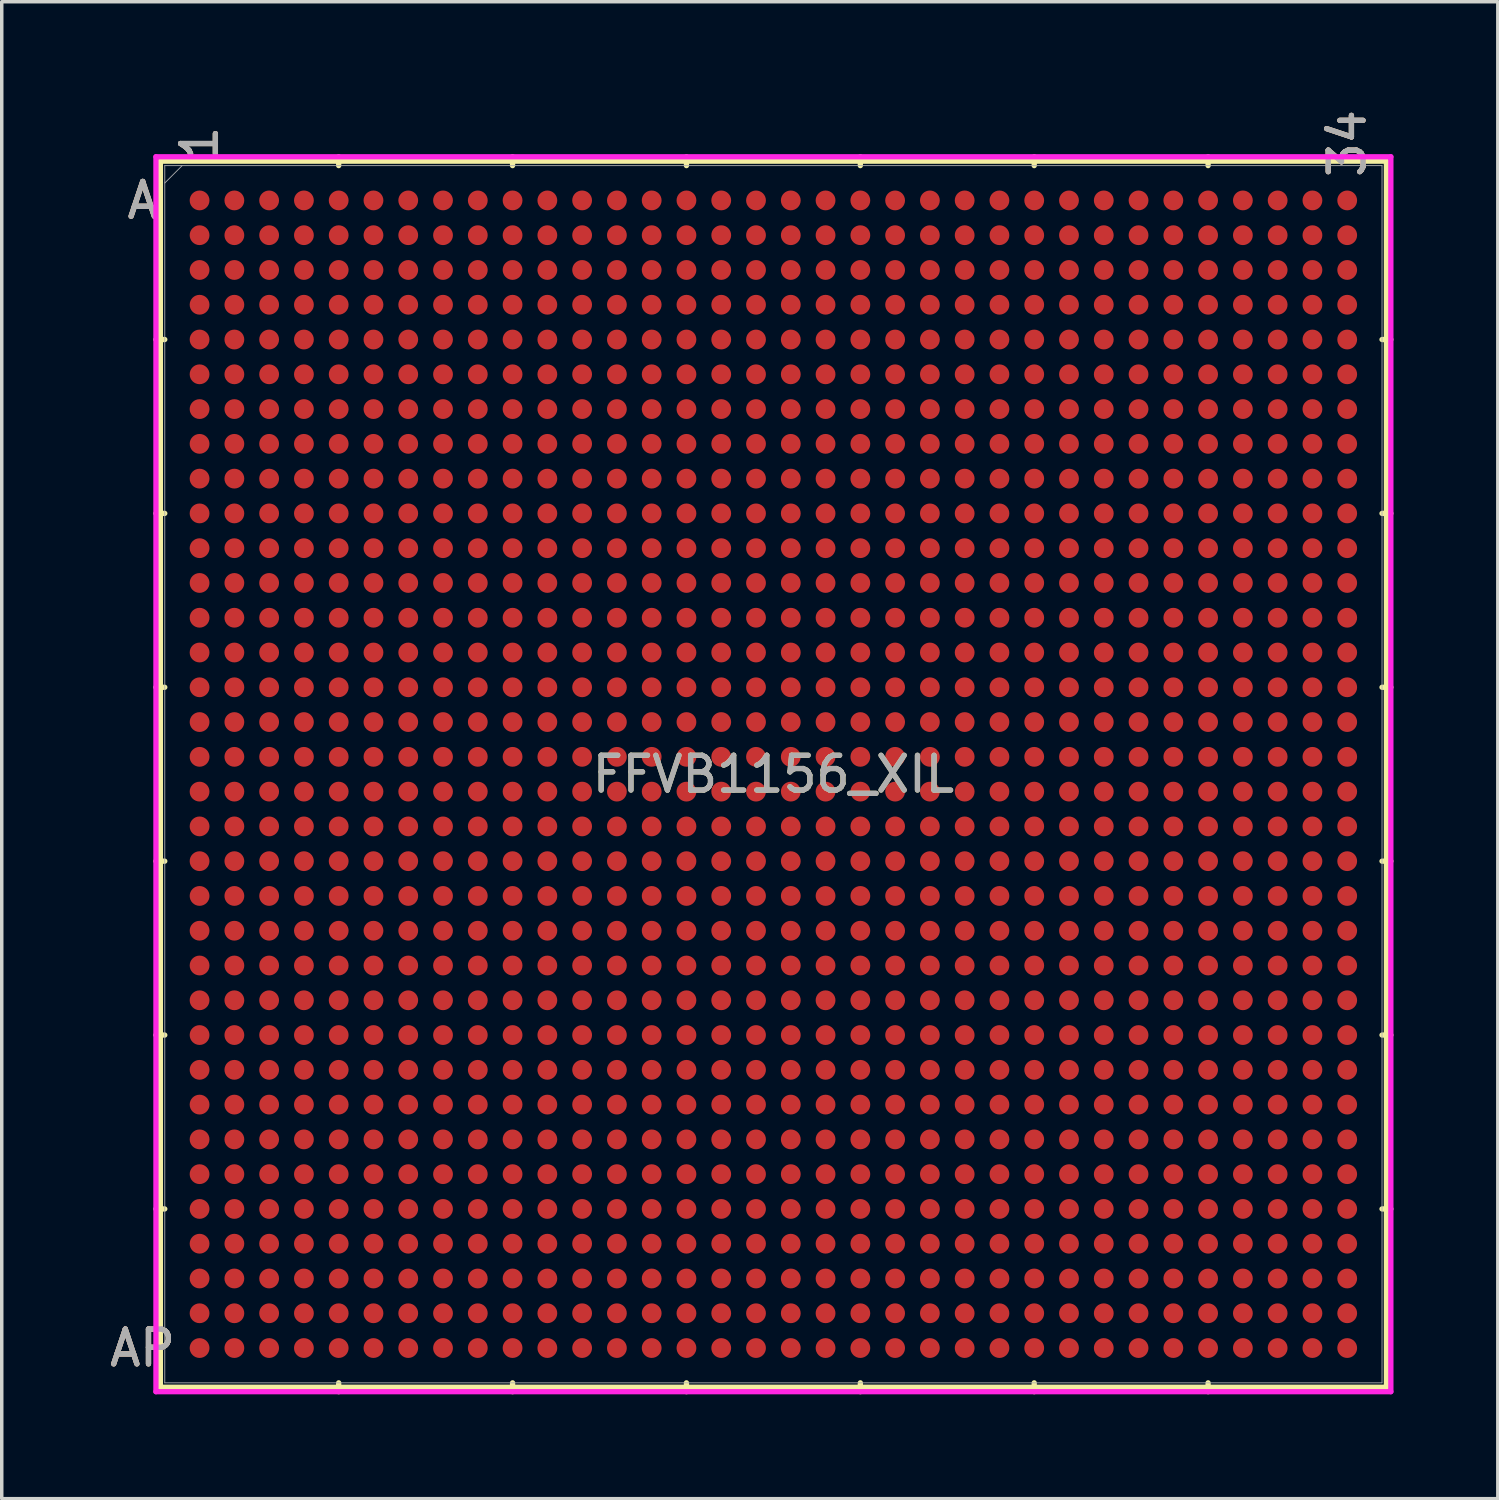
<source format=kicad_pcb>
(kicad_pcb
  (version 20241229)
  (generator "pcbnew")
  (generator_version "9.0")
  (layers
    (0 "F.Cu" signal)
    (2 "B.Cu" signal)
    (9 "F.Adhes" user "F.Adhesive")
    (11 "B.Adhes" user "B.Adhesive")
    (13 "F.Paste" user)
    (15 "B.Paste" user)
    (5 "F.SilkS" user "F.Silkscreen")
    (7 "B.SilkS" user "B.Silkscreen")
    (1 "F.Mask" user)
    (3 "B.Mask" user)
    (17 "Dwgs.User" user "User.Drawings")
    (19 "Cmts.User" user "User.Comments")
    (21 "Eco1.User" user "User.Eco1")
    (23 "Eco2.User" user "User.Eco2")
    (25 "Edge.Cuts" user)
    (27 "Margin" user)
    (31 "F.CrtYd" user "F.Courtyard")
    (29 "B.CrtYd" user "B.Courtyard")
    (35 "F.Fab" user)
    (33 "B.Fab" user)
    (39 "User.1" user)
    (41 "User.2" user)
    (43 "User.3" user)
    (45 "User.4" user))
  (footprint "FFVB1156_XIL"
    (layer "F.Cu")
    (at 19.189 19.213)
    (property "Reference" "FFVB1156_XIL" (at 0 0 0) (unlocked yes) (layer "F.SilkS") (effects (font (size 1 1) (thickness 0.15))))
    (attr smd)
    (fp_line (start -17.628 -17.628) (end -17.628 17.628) (stroke (width 0.152) (type solid)) (layer "F.SilkS"))
    (fp_line (start -17.628 17.628) (end 17.628 17.628) (stroke (width 0.152) (type solid)) (layer "F.SilkS"))
    (fp_line (start -17.501 -12.5) (end -17.755 -12.5) (stroke (width 0.152) (type solid)) (layer "F.SilkS"))
    (fp_line (start -17.501 -7.5) (end -17.755 -7.5) (stroke (width 0.152) (type solid)) (layer "F.SilkS"))
    (fp_line (start -17.501 -2.5) (end -17.755 -2.5) (stroke (width 0.152) (type solid)) (layer "F.SilkS"))
    (fp_line (start -17.501 2.5) (end -17.755 2.5) (stroke (width 0.152) (type solid)) (layer "F.SilkS"))
    (fp_line (start -17.501 7.5) (end -17.755 7.5) (stroke (width 0.152) (type solid)) (layer "F.SilkS"))
    (fp_line (start -17.501 12.5) (end -17.755 12.5) (stroke (width 0.152) (type solid)) (layer "F.SilkS"))
    (fp_line (start -12.5 -17.501) (end -12.5 -17.755) (stroke (width 0.152) (type solid)) (layer "F.SilkS"))
    (fp_line (start -12.5 17.501) (end -12.5 17.755) (stroke (width 0.152) (type solid)) (layer "F.SilkS"))
    (fp_line (start -7.5 -17.501) (end -7.5 -17.755) (stroke (width 0.152) (type solid)) (layer "F.SilkS"))
    (fp_line (start -7.5 17.501) (end -7.5 17.755) (stroke (width 0.152) (type solid)) (layer "F.SilkS"))
    (fp_line (start -2.5 -17.501) (end -2.5 -17.755) (stroke (width 0.152) (type solid)) (layer "F.SilkS"))
    (fp_line (start -2.5 17.501) (end -2.5 17.755) (stroke (width 0.152) (type solid)) (layer "F.SilkS"))
    (fp_line (start 2.5 -17.501) (end 2.5 -17.755) (stroke (width 0.152) (type solid)) (layer "F.SilkS"))
    (fp_line (start 2.5 17.501) (end 2.5 17.755) (stroke (width 0.152) (type solid)) (layer "F.SilkS"))
    (fp_line (start 7.5 -17.501) (end 7.5 -17.755) (stroke (width 0.152) (type solid)) (layer "F.SilkS"))
    (fp_line (start 7.5 17.501) (end 7.5 17.755) (stroke (width 0.152) (type solid)) (layer "F.SilkS"))
    (fp_line (start 12.5 -17.501) (end 12.5 -17.755) (stroke (width 0.152) (type solid)) (layer "F.SilkS"))
    (fp_line (start 12.5 17.501) (end 12.5 17.755) (stroke (width 0.152) (type solid)) (layer "F.SilkS"))
    (fp_line (start 17.501 -12.5) (end 17.755 -12.5) (stroke (width 0.152) (type solid)) (layer "F.SilkS"))
    (fp_line (start 17.501 -7.5) (end 17.755 -7.5) (stroke (width 0.152) (type solid)) (layer "F.SilkS"))
    (fp_line (start 17.501 -2.5) (end 17.755 -2.5) (stroke (width 0.152) (type solid)) (layer "F.SilkS"))
    (fp_line (start 17.501 2.5) (end 17.755 2.5) (stroke (width 0.152) (type solid)) (layer "F.SilkS"))
    (fp_line (start 17.501 7.5) (end 17.755 7.5) (stroke (width 0.152) (type solid)) (layer "F.SilkS"))
    (fp_line (start 17.501 12.5) (end 17.755 12.5) (stroke (width 0.152) (type solid)) (layer "F.SilkS"))
    (fp_line (start 17.628 -17.628) (end -17.628 -17.628) (stroke (width 0.152) (type solid)) (layer "F.SilkS"))
    (fp_line (start 17.628 17.628) (end 17.628 -17.628) (stroke (width 0.152) (type solid)) (layer "F.SilkS"))
    (fp_poly (pts (xy -17.508 -17.508) (xy 17.508 -17.508) (xy 17.508 17.508) (xy -17.508 17.508)) (stroke (width 0.1) (type solid)) (fill no) (layer "Eco2.User"))
    (fp_line (start -17.755 -17.755) (end 17.755 -17.755) (stroke (width 0.152) (type solid)) (layer "F.CrtYd"))
    (fp_line (start -17.755 17.755) (end -17.755 -17.755) (stroke (width 0.152) (type solid)) (layer "F.CrtYd"))
    (fp_line (start 17.755 -17.755) (end 17.755 17.755) (stroke (width 0.152) (type solid)) (layer "F.CrtYd"))
    (fp_line (start 17.755 17.755) (end -17.755 17.755) (stroke (width 0.152) (type solid)) (layer "F.CrtYd"))
    (fp_line (start -17.501 -17.501) (end -17.501 17.501) (stroke (width 0.025) (type solid)) (layer "F.Fab"))
    (fp_line (start -17.501 17.501) (end 17.501 17.501) (stroke (width 0.025) (type solid)) (layer "F.Fab"))
    (fp_line (start -17.001 -17.501) (end -17.501 -17.001) (stroke (width 0.025) (type solid)) (layer "F.Fab"))
    (fp_line (start 17.501 -17.501) (end -17.501 -17.501) (stroke (width 0.025) (type solid)) (layer "F.Fab"))
    (fp_line (start 17.501 17.501) (end 17.501 -17.501) (stroke (width 0.025) (type solid)) (layer "F.Fab"))
    (fp_text user "1" (at -16.5 -18.136 90) (unlocked yes) (layer "F.SilkS") (effects (font (size 1 1) (thickness 0.15))))
    (fp_text user "A" (at -18.136 -16.5 0) (unlocked yes) (layer "F.SilkS") (effects (font (size 1 1) (thickness 0.15))))
    (fp_text user "34" (at 16.5 -18.136 90) (unlocked yes) (layer "F.SilkS") (effects (font (size 1 1) (thickness 0.15))))
    (fp_text user "AP" (at -18.136 16.5 0) (unlocked yes) (layer "F.SilkS") (effects (font (size 1 1) (thickness 0.15))))
    (fp_text user "A" (at -18.136 -16.5 0) (unlocked yes) (layer "B.SilkS") (effects (font (size 1 1) (thickness 0.15))))
    (fp_text user "1" (at -16.5 -18.136 90) (unlocked yes) (layer "B.SilkS") (effects (font (size 1 1) (thickness 0.15))))
    (fp_text user "34" (at 16.5 -18.136 90) (unlocked yes) (layer "B.SilkS") (effects (font (size 1 1) (thickness 0.15))))
    (fp_text user "AP" (at -18.136 16.5 0) (unlocked yes) (layer "B.SilkS") (effects (font (size 1 1) (thickness 0.15))))
    (fp_text user "1" (at -16.5 -18.136 90) (unlocked yes) (layer "F.Fab") (effects (font (size 1 1) (thickness 0.15))))
    (fp_text user "AP" (at -18.136 16.5 0) (unlocked yes) (layer "F.Fab") (effects (font (size 1 1) (thickness 0.15))))
    (fp_text user "${REFERENCE}" (at 0 0 0) (unlocked yes) (layer "F.Fab") (effects (font (size 1 1) (thickness 0.15))))
    (fp_text user "34" (at 16.5 -18.136 90) (unlocked yes) (layer "F.Fab") (effects (font (size 1 1) (thickness 0.15))))
    (fp_text user "A" (at -18.136 -16.5 0) (unlocked yes) (layer "F.Fab") (effects (font (size 1 1) (thickness 0.15))))
    (pad "A1" smd circle (at -16.5 -16.5) (size 0.569 0.569) (layers "F.Cu" "F.Mask" "F.Paste"))
    (pad "A2" smd circle (at -15.5 -16.5) (size 0.569 0.569) (layers "F.Cu" "F.Mask" "F.Paste"))
    (pad "A3" smd circle (at -14.5 -16.5) (size 0.569 0.569) (layers "F.Cu" "F.Mask" "F.Paste"))
    (pad "A4" smd circle (at -13.5 -16.5) (size 0.569 0.569) (layers "F.Cu" "F.Mask" "F.Paste"))
    (pad "A5" smd circle (at -12.5 -16.5) (size 0.569 0.569) (layers "F.Cu" "F.Mask" "F.Paste"))
    (pad "A6" smd circle (at -11.5 -16.5) (size 0.569 0.569) (layers "F.Cu" "F.Mask" "F.Paste"))
    (pad "A7" smd circle (at -10.5 -16.5) (size 0.569 0.569) (layers "F.Cu" "F.Mask" "F.Paste"))
    (pad "A8" smd circle (at -9.5 -16.5) (size 0.569 0.569) (layers "F.Cu" "F.Mask" "F.Paste"))
    (pad "A9" smd circle (at -8.5 -16.5) (size 0.569 0.569) (layers "F.Cu" "F.Mask" "F.Paste"))
    (pad "A10" smd circle (at -7.5 -16.5) (size 0.569 0.569) (layers "F.Cu" "F.Mask" "F.Paste"))
    (pad "A11" smd circle (at -6.5 -16.5) (size 0.569 0.569) (layers "F.Cu" "F.Mask" "F.Paste"))
    (pad "A12" smd circle (at -5.5 -16.5) (size 0.569 0.569) (layers "F.Cu" "F.Mask" "F.Paste"))
    (pad "A13" smd circle (at -4.5 -16.5) (size 0.569 0.569) (layers "F.Cu" "F.Mask" "F.Paste"))
    (pad "A14" smd circle (at -3.5 -16.5) (size 0.569 0.569) (layers "F.Cu" "F.Mask" "F.Paste"))
    (pad "A15" smd circle (at -2.5 -16.5) (size 0.569 0.569) (layers "F.Cu" "F.Mask" "F.Paste"))
    (pad "A16" smd circle (at -1.5 -16.5) (size 0.569 0.569) (layers "F.Cu" "F.Mask" "F.Paste"))
    (pad "A17" smd circle (at -0.5 -16.5) (size 0.569 0.569) (layers "F.Cu" "F.Mask" "F.Paste"))
    (pad "A18" smd circle (at 0.5 -16.5) (size 0.569 0.569) (layers "F.Cu" "F.Mask" "F.Paste"))
    (pad "A19" smd circle (at 1.5 -16.5) (size 0.569 0.569) (layers "F.Cu" "F.Mask" "F.Paste"))
    (pad "A20" smd circle (at 2.5 -16.5) (size 0.569 0.569) (layers "F.Cu" "F.Mask" "F.Paste"))
    (pad "A21" smd circle (at 3.5 -16.5) (size 0.569 0.569) (layers "F.Cu" "F.Mask" "F.Paste"))
    (pad "A22" smd circle (at 4.5 -16.5) (size 0.569 0.569) (layers "F.Cu" "F.Mask" "F.Paste"))
    (pad "A23" smd circle (at 5.5 -16.5) (size 0.569 0.569) (layers "F.Cu" "F.Mask" "F.Paste"))
    (pad "A24" smd circle (at 6.5 -16.5) (size 0.569 0.569) (layers "F.Cu" "F.Mask" "F.Paste"))
    (pad "A25" smd circle (at 7.5 -16.5) (size 0.569 0.569) (layers "F.Cu" "F.Mask" "F.Paste"))
    (pad "A26" smd circle (at 8.5 -16.5) (size 0.569 0.569) (layers "F.Cu" "F.Mask" "F.Paste"))
    (pad "A27" smd circle (at 9.5 -16.5) (size 0.569 0.569) (layers "F.Cu" "F.Mask" "F.Paste"))
    (pad "A28" smd circle (at 10.5 -16.5) (size 0.569 0.569) (layers "F.Cu" "F.Mask" "F.Paste"))
    (pad "A29" smd circle (at 11.5 -16.5) (size 0.569 0.569) (layers "F.Cu" "F.Mask" "F.Paste"))
    (pad "A30" smd circle (at 12.5 -16.5) (size 0.569 0.569) (layers "F.Cu" "F.Mask" "F.Paste"))
    (pad "A31" smd circle (at 13.5 -16.5) (size 0.569 0.569) (layers "F.Cu" "F.Mask" "F.Paste"))
    (pad "A32" smd circle (at 14.5 -16.5) (size 0.569 0.569) (layers "F.Cu" "F.Mask" "F.Paste"))
    (pad "A33" smd circle (at 15.5 -16.5) (size 0.569 0.569) (layers "F.Cu" "F.Mask" "F.Paste"))
    (pad "A34" smd circle (at 16.5 -16.5) (size 0.569 0.569) (layers "F.Cu" "F.Mask" "F.Paste"))
    (pad "AA1" smd circle (at -16.5 3.5) (size 0.569 0.569) (layers "F.Cu" "F.Mask" "F.Paste"))
    (pad "AA2" smd circle (at -15.5 3.5) (size 0.569 0.569) (layers "F.Cu" "F.Mask" "F.Paste"))
    (pad "AA3" smd circle (at -14.5 3.5) (size 0.569 0.569) (layers "F.Cu" "F.Mask" "F.Paste"))
    (pad "AA4" smd circle (at -13.5 3.5) (size 0.569 0.569) (layers "F.Cu" "F.Mask" "F.Paste"))
    (pad "AA5" smd circle (at -12.5 3.5) (size 0.569 0.569) (layers "F.Cu" "F.Mask" "F.Paste"))
    (pad "AA6" smd circle (at -11.5 3.5) (size 0.569 0.569) (layers "F.Cu" "F.Mask" "F.Paste"))
    (pad "AA7" smd circle (at -10.5 3.5) (size 0.569 0.569) (layers "F.Cu" "F.Mask" "F.Paste"))
    (pad "AA8" smd circle (at -9.5 3.5) (size 0.569 0.569) (layers "F.Cu" "F.Mask" "F.Paste"))
    (pad "AA9" smd circle (at -8.5 3.5) (size 0.569 0.569) (layers "F.Cu" "F.Mask" "F.Paste"))
    (pad "AA10" smd circle (at -7.5 3.5) (size 0.569 0.569) (layers "F.Cu" "F.Mask" "F.Paste"))
    (pad "AA11" smd circle (at -6.5 3.5) (size 0.569 0.569) (layers "F.Cu" "F.Mask" "F.Paste"))
    (pad "AA12" smd circle (at -5.5 3.5) (size 0.569 0.569) (layers "F.Cu" "F.Mask" "F.Paste"))
    (pad "AA13" smd circle (at -4.5 3.5) (size 0.569 0.569) (layers "F.Cu" "F.Mask" "F.Paste"))
    (pad "AA14" smd circle (at -3.5 3.5) (size 0.569 0.569) (layers "F.Cu" "F.Mask" "F.Paste"))
    (pad "AA15" smd circle (at -2.5 3.5) (size 0.569 0.569) (layers "F.Cu" "F.Mask" "F.Paste"))
    (pad "AA16" smd circle (at -1.5 3.5) (size 0.569 0.569) (layers "F.Cu" "F.Mask" "F.Paste"))
    (pad "AA17" smd circle (at -0.5 3.5) (size 0.569 0.569) (layers "F.Cu" "F.Mask" "F.Paste"))
    (pad "AA18" smd circle (at 0.5 3.5) (size 0.569 0.569) (layers "F.Cu" "F.Mask" "F.Paste"))
    (pad "AA19" smd circle (at 1.5 3.5) (size 0.569 0.569) (layers "F.Cu" "F.Mask" "F.Paste"))
    (pad "AA20" smd circle (at 2.5 3.5) (size 0.569 0.569) (layers "F.Cu" "F.Mask" "F.Paste"))
    (pad "AA21" smd circle (at 3.5 3.5) (size 0.569 0.569) (layers "F.Cu" "F.Mask" "F.Paste"))
    (pad "AA22" smd circle (at 4.5 3.5) (size 0.569 0.569) (layers "F.Cu" "F.Mask" "F.Paste"))
    (pad "AA23" smd circle (at 5.5 3.5) (size 0.569 0.569) (layers "F.Cu" "F.Mask" "F.Paste"))
    (pad "AA24" smd circle (at 6.5 3.5) (size 0.569 0.569) (layers "F.Cu" "F.Mask" "F.Paste"))
    (pad "AA25" smd circle (at 7.5 3.5) (size 0.569 0.569) (layers "F.Cu" "F.Mask" "F.Paste"))
    (pad "AA26" smd circle (at 8.5 3.5) (size 0.569 0.569) (layers "F.Cu" "F.Mask" "F.Paste"))
    (pad "AA27" smd circle (at 9.5 3.5) (size 0.569 0.569) (layers "F.Cu" "F.Mask" "F.Paste"))
    (pad "AA28" smd circle (at 10.5 3.5) (size 0.569 0.569) (layers "F.Cu" "F.Mask" "F.Paste"))
    (pad "AA29" smd circle (at 11.5 3.5) (size 0.569 0.569) (layers "F.Cu" "F.Mask" "F.Paste"))
    (pad "AA30" smd circle (at 12.5 3.5) (size 0.569 0.569) (layers "F.Cu" "F.Mask" "F.Paste"))
    (pad "AA31" smd circle (at 13.5 3.5) (size 0.569 0.569) (layers "F.Cu" "F.Mask" "F.Paste"))
    (pad "AA32" smd circle (at 14.5 3.5) (size 0.569 0.569) (layers "F.Cu" "F.Mask" "F.Paste"))
    (pad "AA33" smd circle (at 15.5 3.5) (size 0.569 0.569) (layers "F.Cu" "F.Mask" "F.Paste"))
    (pad "AA34" smd circle (at 16.5 3.5) (size 0.569 0.569) (layers "F.Cu" "F.Mask" "F.Paste"))
    (pad "AB1" smd circle (at -16.5 4.5) (size 0.569 0.569) (layers "F.Cu" "F.Mask" "F.Paste"))
    (pad "AB2" smd circle (at -15.5 4.5) (size 0.569 0.569) (layers "F.Cu" "F.Mask" "F.Paste"))
    (pad "AB3" smd circle (at -14.5 4.5) (size 0.569 0.569) (layers "F.Cu" "F.Mask" "F.Paste"))
    (pad "AB4" smd circle (at -13.5 4.5) (size 0.569 0.569) (layers "F.Cu" "F.Mask" "F.Paste"))
    (pad "AB5" smd circle (at -12.5 4.5) (size 0.569 0.569) (layers "F.Cu" "F.Mask" "F.Paste"))
    (pad "AB6" smd circle (at -11.5 4.5) (size 0.569 0.569) (layers "F.Cu" "F.Mask" "F.Paste"))
    (pad "AB7" smd circle (at -10.5 4.5) (size 0.569 0.569) (layers "F.Cu" "F.Mask" "F.Paste"))
    (pad "AB8" smd circle (at -9.5 4.5) (size 0.569 0.569) (layers "F.Cu" "F.Mask" "F.Paste"))
    (pad "AB9" smd circle (at -8.5 4.5) (size 0.569 0.569) (layers "F.Cu" "F.Mask" "F.Paste"))
    (pad "AB10" smd circle (at -7.5 4.5) (size 0.569 0.569) (layers "F.Cu" "F.Mask" "F.Paste"))
    (pad "AB11" smd circle (at -6.5 4.5) (size 0.569 0.569) (layers "F.Cu" "F.Mask" "F.Paste"))
    (pad "AB12" smd circle (at -5.5 4.5) (size 0.569 0.569) (layers "F.Cu" "F.Mask" "F.Paste"))
    (pad "AB13" smd circle (at -4.5 4.5) (size 0.569 0.569) (layers "F.Cu" "F.Mask" "F.Paste"))
    (pad "AB14" smd circle (at -3.5 4.5) (size 0.569 0.569) (layers "F.Cu" "F.Mask" "F.Paste"))
    (pad "AB15" smd circle (at -2.5 4.5) (size 0.569 0.569) (layers "F.Cu" "F.Mask" "F.Paste"))
    (pad "AB16" smd circle (at -1.5 4.5) (size 0.569 0.569) (layers "F.Cu" "F.Mask" "F.Paste"))
    (pad "AB17" smd circle (at -0.5 4.5) (size 0.569 0.569) (layers "F.Cu" "F.Mask" "F.Paste"))
    (pad "AB18" smd circle (at 0.5 4.5) (size 0.569 0.569) (layers "F.Cu" "F.Mask" "F.Paste"))
    (pad "AB19" smd circle (at 1.5 4.5) (size 0.569 0.569) (layers "F.Cu" "F.Mask" "F.Paste"))
    (pad "AB20" smd circle (at 2.5 4.5) (size 0.569 0.569) (layers "F.Cu" "F.Mask" "F.Paste"))
    (pad "AB21" smd circle (at 3.5 4.5) (size 0.569 0.569) (layers "F.Cu" "F.Mask" "F.Paste"))
    (pad "AB22" smd circle (at 4.5 4.5) (size 0.569 0.569) (layers "F.Cu" "F.Mask" "F.Paste"))
    (pad "AB23" smd circle (at 5.5 4.5) (size 0.569 0.569) (layers "F.Cu" "F.Mask" "F.Paste"))
    (pad "AB24" smd circle (at 6.5 4.5) (size 0.569 0.569) (layers "F.Cu" "F.Mask" "F.Paste"))
    (pad "AB25" smd circle (at 7.5 4.5) (size 0.569 0.569) (layers "F.Cu" "F.Mask" "F.Paste"))
    (pad "AB26" smd circle (at 8.5 4.5) (size 0.569 0.569) (layers "F.Cu" "F.Mask" "F.Paste"))
    (pad "AB27" smd circle (at 9.5 4.5) (size 0.569 0.569) (layers "F.Cu" "F.Mask" "F.Paste"))
    (pad "AB28" smd circle (at 10.5 4.5) (size 0.569 0.569) (layers "F.Cu" "F.Mask" "F.Paste"))
    (pad "AB29" smd circle (at 11.5 4.5) (size 0.569 0.569) (layers "F.Cu" "F.Mask" "F.Paste"))
    (pad "AB30" smd circle (at 12.5 4.5) (size 0.569 0.569) (layers "F.Cu" "F.Mask" "F.Paste"))
    (pad "AB31" smd circle (at 13.5 4.5) (size 0.569 0.569) (layers "F.Cu" "F.Mask" "F.Paste"))
    (pad "AB32" smd circle (at 14.5 4.5) (size 0.569 0.569) (layers "F.Cu" "F.Mask" "F.Paste"))
    (pad "AB33" smd circle (at 15.5 4.5) (size 0.569 0.569) (layers "F.Cu" "F.Mask" "F.Paste"))
    (pad "AB34" smd circle (at 16.5 4.5) (size 0.569 0.569) (layers "F.Cu" "F.Mask" "F.Paste"))
    (pad "AC1" smd circle (at -16.5 5.5) (size 0.569 0.569) (layers "F.Cu" "F.Mask" "F.Paste"))
    (pad "AC2" smd circle (at -15.5 5.5) (size 0.569 0.569) (layers "F.Cu" "F.Mask" "F.Paste"))
    (pad "AC3" smd circle (at -14.5 5.5) (size 0.569 0.569) (layers "F.Cu" "F.Mask" "F.Paste"))
    (pad "AC4" smd circle (at -13.5 5.5) (size 0.569 0.569) (layers "F.Cu" "F.Mask" "F.Paste"))
    (pad "AC5" smd circle (at -12.5 5.5) (size 0.569 0.569) (layers "F.Cu" "F.Mask" "F.Paste"))
    (pad "AC6" smd circle (at -11.5 5.5) (size 0.569 0.569) (layers "F.Cu" "F.Mask" "F.Paste"))
    (pad "AC7" smd circle (at -10.5 5.5) (size 0.569 0.569) (layers "F.Cu" "F.Mask" "F.Paste"))
    (pad "AC8" smd circle (at -9.5 5.5) (size 0.569 0.569) (layers "F.Cu" "F.Mask" "F.Paste"))
    (pad "AC9" smd circle (at -8.5 5.5) (size 0.569 0.569) (layers "F.Cu" "F.Mask" "F.Paste"))
    (pad "AC10" smd circle (at -7.5 5.5) (size 0.569 0.569) (layers "F.Cu" "F.Mask" "F.Paste"))
    (pad "AC11" smd circle (at -6.5 5.5) (size 0.569 0.569) (layers "F.Cu" "F.Mask" "F.Paste"))
    (pad "AC12" smd circle (at -5.5 5.5) (size 0.569 0.569) (layers "F.Cu" "F.Mask" "F.Paste"))
    (pad "AC13" smd circle (at -4.5 5.5) (size 0.569 0.569) (layers "F.Cu" "F.Mask" "F.Paste"))
    (pad "AC14" smd circle (at -3.5 5.5) (size 0.569 0.569) (layers "F.Cu" "F.Mask" "F.Paste"))
    (pad "AC15" smd circle (at -2.5 5.5) (size 0.569 0.569) (layers "F.Cu" "F.Mask" "F.Paste"))
    (pad "AC16" smd circle (at -1.5 5.5) (size 0.569 0.569) (layers "F.Cu" "F.Mask" "F.Paste"))
    (pad "AC17" smd circle (at -0.5 5.5) (size 0.569 0.569) (layers "F.Cu" "F.Mask" "F.Paste"))
    (pad "AC18" smd circle (at 0.5 5.5) (size 0.569 0.569) (layers "F.Cu" "F.Mask" "F.Paste"))
    (pad "AC19" smd circle (at 1.5 5.5) (size 0.569 0.569) (layers "F.Cu" "F.Mask" "F.Paste"))
    (pad "AC20" smd circle (at 2.5 5.5) (size 0.569 0.569) (layers "F.Cu" "F.Mask" "F.Paste"))
    (pad "AC21" smd circle (at 3.5 5.5) (size 0.569 0.569) (layers "F.Cu" "F.Mask" "F.Paste"))
    (pad "AC22" smd circle (at 4.5 5.5) (size 0.569 0.569) (layers "F.Cu" "F.Mask" "F.Paste"))
    (pad "AC23" smd circle (at 5.5 5.5) (size 0.569 0.569) (layers "F.Cu" "F.Mask" "F.Paste"))
    (pad "AC24" smd circle (at 6.5 5.5) (size 0.569 0.569) (layers "F.Cu" "F.Mask" "F.Paste"))
    (pad "AC25" smd circle (at 7.5 5.5) (size 0.569 0.569) (layers "F.Cu" "F.Mask" "F.Paste"))
    (pad "AC26" smd circle (at 8.5 5.5) (size 0.569 0.569) (layers "F.Cu" "F.Mask" "F.Paste"))
    (pad "AC27" smd circle (at 9.5 5.5) (size 0.569 0.569) (layers "F.Cu" "F.Mask" "F.Paste"))
    (pad "AC28" smd circle (at 10.5 5.5) (size 0.569 0.569) (layers "F.Cu" "F.Mask" "F.Paste"))
    (pad "AC29" smd circle (at 11.5 5.5) (size 0.569 0.569) (layers "F.Cu" "F.Mask" "F.Paste"))
    (pad "AC30" smd circle (at 12.5 5.5) (size 0.569 0.569) (layers "F.Cu" "F.Mask" "F.Paste"))
    (pad "AC31" smd circle (at 13.5 5.5) (size 0.569 0.569) (layers "F.Cu" "F.Mask" "F.Paste"))
    (pad "AC32" smd circle (at 14.5 5.5) (size 0.569 0.569) (layers "F.Cu" "F.Mask" "F.Paste"))
    (pad "AC33" smd circle (at 15.5 5.5) (size 0.569 0.569) (layers "F.Cu" "F.Mask" "F.Paste"))
    (pad "AC34" smd circle (at 16.5 5.5) (size 0.569 0.569) (layers "F.Cu" "F.Mask" "F.Paste"))
    (pad "AD1" smd circle (at -16.5 6.5) (size 0.569 0.569) (layers "F.Cu" "F.Mask" "F.Paste"))
    (pad "AD2" smd circle (at -15.5 6.5) (size 0.569 0.569) (layers "F.Cu" "F.Mask" "F.Paste"))
    (pad "AD3" smd circle (at -14.5 6.5) (size 0.569 0.569) (layers "F.Cu" "F.Mask" "F.Paste"))
    (pad "AD4" smd circle (at -13.5 6.5) (size 0.569 0.569) (layers "F.Cu" "F.Mask" "F.Paste"))
    (pad "AD5" smd circle (at -12.5 6.5) (size 0.569 0.569) (layers "F.Cu" "F.Mask" "F.Paste"))
    (pad "AD6" smd circle (at -11.5 6.5) (size 0.569 0.569) (layers "F.Cu" "F.Mask" "F.Paste"))
    (pad "AD7" smd circle (at -10.5 6.5) (size 0.569 0.569) (layers "F.Cu" "F.Mask" "F.Paste"))
    (pad "AD8" smd circle (at -9.5 6.5) (size 0.569 0.569) (layers "F.Cu" "F.Mask" "F.Paste"))
    (pad "AD9" smd circle (at -8.5 6.5) (size 0.569 0.569) (layers "F.Cu" "F.Mask" "F.Paste"))
    (pad "AD10" smd circle (at -7.5 6.5) (size 0.569 0.569) (layers "F.Cu" "F.Mask" "F.Paste"))
    (pad "AD11" smd circle (at -6.5 6.5) (size 0.569 0.569) (layers "F.Cu" "F.Mask" "F.Paste"))
    (pad "AD12" smd circle (at -5.5 6.5) (size 0.569 0.569) (layers "F.Cu" "F.Mask" "F.Paste"))
    (pad "AD13" smd circle (at -4.5 6.5) (size 0.569 0.569) (layers "F.Cu" "F.Mask" "F.Paste"))
    (pad "AD14" smd circle (at -3.5 6.5) (size 0.569 0.569) (layers "F.Cu" "F.Mask" "F.Paste"))
    (pad "AD15" smd circle (at -2.5 6.5) (size 0.569 0.569) (layers "F.Cu" "F.Mask" "F.Paste"))
    (pad "AD16" smd circle (at -1.5 6.5) (size 0.569 0.569) (layers "F.Cu" "F.Mask" "F.Paste"))
    (pad "AD17" smd circle (at -0.5 6.5) (size 0.569 0.569) (layers "F.Cu" "F.Mask" "F.Paste"))
    (pad "AD18" smd circle (at 0.5 6.5) (size 0.569 0.569) (layers "F.Cu" "F.Mask" "F.Paste"))
    (pad "AD19" smd circle (at 1.5 6.5) (size 0.569 0.569) (layers "F.Cu" "F.Mask" "F.Paste"))
    (pad "AD20" smd circle (at 2.5 6.5) (size 0.569 0.569) (layers "F.Cu" "F.Mask" "F.Paste"))
    (pad "AD21" smd circle (at 3.5 6.5) (size 0.569 0.569) (layers "F.Cu" "F.Mask" "F.Paste"))
    (pad "AD22" smd circle (at 4.5 6.5) (size 0.569 0.569) (layers "F.Cu" "F.Mask" "F.Paste"))
    (pad "AD23" smd circle (at 5.5 6.5) (size 0.569 0.569) (layers "F.Cu" "F.Mask" "F.Paste"))
    (pad "AD24" smd circle (at 6.5 6.5) (size 0.569 0.569) (layers "F.Cu" "F.Mask" "F.Paste"))
    (pad "AD25" smd circle (at 7.5 6.5) (size 0.569 0.569) (layers "F.Cu" "F.Mask" "F.Paste"))
    (pad "AD26" smd circle (at 8.5 6.5) (size 0.569 0.569) (layers "F.Cu" "F.Mask" "F.Paste"))
    (pad "AD27" smd circle (at 9.5 6.5) (size 0.569 0.569) (layers "F.Cu" "F.Mask" "F.Paste"))
    (pad "AD28" smd circle (at 10.5 6.5) (size 0.569 0.569) (layers "F.Cu" "F.Mask" "F.Paste"))
    (pad "AD29" smd circle (at 11.5 6.5) (size 0.569 0.569) (layers "F.Cu" "F.Mask" "F.Paste"))
    (pad "AD30" smd circle (at 12.5 6.5) (size 0.569 0.569) (layers "F.Cu" "F.Mask" "F.Paste"))
    (pad "AD31" smd circle (at 13.5 6.5) (size 0.569 0.569) (layers "F.Cu" "F.Mask" "F.Paste"))
    (pad "AD32" smd circle (at 14.5 6.5) (size 0.569 0.569) (layers "F.Cu" "F.Mask" "F.Paste"))
    (pad "AD33" smd circle (at 15.5 6.5) (size 0.569 0.569) (layers "F.Cu" "F.Mask" "F.Paste"))
    (pad "AD34" smd circle (at 16.5 6.5) (size 0.569 0.569) (layers "F.Cu" "F.Mask" "F.Paste"))
    (pad "AE1" smd circle (at -16.5 7.5) (size 0.569 0.569) (layers "F.Cu" "F.Mask" "F.Paste"))
    (pad "AE2" smd circle (at -15.5 7.5) (size 0.569 0.569) (layers "F.Cu" "F.Mask" "F.Paste"))
    (pad "AE3" smd circle (at -14.5 7.5) (size 0.569 0.569) (layers "F.Cu" "F.Mask" "F.Paste"))
    (pad "AE4" smd circle (at -13.5 7.5) (size 0.569 0.569) (layers "F.Cu" "F.Mask" "F.Paste"))
    (pad "AE5" smd circle (at -12.5 7.5) (size 0.569 0.569) (layers "F.Cu" "F.Mask" "F.Paste"))
    (pad "AE6" smd circle (at -11.5 7.5) (size 0.569 0.569) (layers "F.Cu" "F.Mask" "F.Paste"))
    (pad "AE7" smd circle (at -10.5 7.5) (size 0.569 0.569) (layers "F.Cu" "F.Mask" "F.Paste"))
    (pad "AE8" smd circle (at -9.5 7.5) (size 0.569 0.569) (layers "F.Cu" "F.Mask" "F.Paste"))
    (pad "AE9" smd circle (at -8.5 7.5) (size 0.569 0.569) (layers "F.Cu" "F.Mask" "F.Paste"))
    (pad "AE10" smd circle (at -7.5 7.5) (size 0.569 0.569) (layers "F.Cu" "F.Mask" "F.Paste"))
    (pad "AE11" smd circle (at -6.5 7.5) (size 0.569 0.569) (layers "F.Cu" "F.Mask" "F.Paste"))
    (pad "AE12" smd circle (at -5.5 7.5) (size 0.569 0.569) (layers "F.Cu" "F.Mask" "F.Paste"))
    (pad "AE13" smd circle (at -4.5 7.5) (size 0.569 0.569) (layers "F.Cu" "F.Mask" "F.Paste"))
    (pad "AE14" smd circle (at -3.5 7.5) (size 0.569 0.569) (layers "F.Cu" "F.Mask" "F.Paste"))
    (pad "AE15" smd circle (at -2.5 7.5) (size 0.569 0.569) (layers "F.Cu" "F.Mask" "F.Paste"))
    (pad "AE16" smd circle (at -1.5 7.5) (size 0.569 0.569) (layers "F.Cu" "F.Mask" "F.Paste"))
    (pad "AE17" smd circle (at -0.5 7.5) (size 0.569 0.569) (layers "F.Cu" "F.Mask" "F.Paste"))
    (pad "AE18" smd circle (at 0.5 7.5) (size 0.569 0.569) (layers "F.Cu" "F.Mask" "F.Paste"))
    (pad "AE19" smd circle (at 1.5 7.5) (size 0.569 0.569) (layers "F.Cu" "F.Mask" "F.Paste"))
    (pad "AE20" smd circle (at 2.5 7.5) (size 0.569 0.569) (layers "F.Cu" "F.Mask" "F.Paste"))
    (pad "AE21" smd circle (at 3.5 7.5) (size 0.569 0.569) (layers "F.Cu" "F.Mask" "F.Paste"))
    (pad "AE22" smd circle (at 4.5 7.5) (size 0.569 0.569) (layers "F.Cu" "F.Mask" "F.Paste"))
    (pad "AE23" smd circle (at 5.5 7.5) (size 0.569 0.569) (layers "F.Cu" "F.Mask" "F.Paste"))
    (pad "AE24" smd circle (at 6.5 7.5) (size 0.569 0.569) (layers "F.Cu" "F.Mask" "F.Paste"))
    (pad "AE25" smd circle (at 7.5 7.5) (size 0.569 0.569) (layers "F.Cu" "F.Mask" "F.Paste"))
    (pad "AE26" smd circle (at 8.5 7.5) (size 0.569 0.569) (layers "F.Cu" "F.Mask" "F.Paste"))
    (pad "AE27" smd circle (at 9.5 7.5) (size 0.569 0.569) (layers "F.Cu" "F.Mask" "F.Paste"))
    (pad "AE28" smd circle (at 10.5 7.5) (size 0.569 0.569) (layers "F.Cu" "F.Mask" "F.Paste"))
    (pad "AE29" smd circle (at 11.5 7.5) (size 0.569 0.569) (layers "F.Cu" "F.Mask" "F.Paste"))
    (pad "AE30" smd circle (at 12.5 7.5) (size 0.569 0.569) (layers "F.Cu" "F.Mask" "F.Paste"))
    (pad "AE31" smd circle (at 13.5 7.5) (size 0.569 0.569) (layers "F.Cu" "F.Mask" "F.Paste"))
    (pad "AE32" smd circle (at 14.5 7.5) (size 0.569 0.569) (layers "F.Cu" "F.Mask" "F.Paste"))
    (pad "AE33" smd circle (at 15.5 7.5) (size 0.569 0.569) (layers "F.Cu" "F.Mask" "F.Paste"))
    (pad "AE34" smd circle (at 16.5 7.5) (size 0.569 0.569) (layers "F.Cu" "F.Mask" "F.Paste"))
    (pad "AF1" smd circle (at -16.5 8.5) (size 0.569 0.569) (layers "F.Cu" "F.Mask" "F.Paste"))
    (pad "AF2" smd circle (at -15.5 8.5) (size 0.569 0.569) (layers "F.Cu" "F.Mask" "F.Paste"))
    (pad "AF3" smd circle (at -14.5 8.5) (size 0.569 0.569) (layers "F.Cu" "F.Mask" "F.Paste"))
    (pad "AF4" smd circle (at -13.5 8.5) (size 0.569 0.569) (layers "F.Cu" "F.Mask" "F.Paste"))
    (pad "AF5" smd circle (at -12.5 8.5) (size 0.569 0.569) (layers "F.Cu" "F.Mask" "F.Paste"))
    (pad "AF6" smd circle (at -11.5 8.5) (size 0.569 0.569) (layers "F.Cu" "F.Mask" "F.Paste"))
    (pad "AF7" smd circle (at -10.5 8.5) (size 0.569 0.569) (layers "F.Cu" "F.Mask" "F.Paste"))
    (pad "AF8" smd circle (at -9.5 8.5) (size 0.569 0.569) (layers "F.Cu" "F.Mask" "F.Paste"))
    (pad "AF9" smd circle (at -8.5 8.5) (size 0.569 0.569) (layers "F.Cu" "F.Mask" "F.Paste"))
    (pad "AF10" smd circle (at -7.5 8.5) (size 0.569 0.569) (layers "F.Cu" "F.Mask" "F.Paste"))
    (pad "AF11" smd circle (at -6.5 8.5) (size 0.569 0.569) (layers "F.Cu" "F.Mask" "F.Paste"))
    (pad "AF12" smd circle (at -5.5 8.5) (size 0.569 0.569) (layers "F.Cu" "F.Mask" "F.Paste"))
    (pad "AF13" smd circle (at -4.5 8.5) (size 0.569 0.569) (layers "F.Cu" "F.Mask" "F.Paste"))
    (pad "AF14" smd circle (at -3.5 8.5) (size 0.569 0.569) (layers "F.Cu" "F.Mask" "F.Paste"))
    (pad "AF15" smd circle (at -2.5 8.5) (size 0.569 0.569) (layers "F.Cu" "F.Mask" "F.Paste"))
    (pad "AF16" smd circle (at -1.5 8.5) (size 0.569 0.569) (layers "F.Cu" "F.Mask" "F.Paste"))
    (pad "AF17" smd circle (at -0.5 8.5) (size 0.569 0.569) (layers "F.Cu" "F.Mask" "F.Paste"))
    (pad "AF18" smd circle (at 0.5 8.5) (size 0.569 0.569) (layers "F.Cu" "F.Mask" "F.Paste"))
    (pad "AF19" smd circle (at 1.5 8.5) (size 0.569 0.569) (layers "F.Cu" "F.Mask" "F.Paste"))
    (pad "AF20" smd circle (at 2.5 8.5) (size 0.569 0.569) (layers "F.Cu" "F.Mask" "F.Paste"))
    (pad "AF21" smd circle (at 3.5 8.5) (size 0.569 0.569) (layers "F.Cu" "F.Mask" "F.Paste"))
    (pad "AF22" smd circle (at 4.5 8.5) (size 0.569 0.569) (layers "F.Cu" "F.Mask" "F.Paste"))
    (pad "AF23" smd circle (at 5.5 8.5) (size 0.569 0.569) (layers "F.Cu" "F.Mask" "F.Paste"))
    (pad "AF24" smd circle (at 6.5 8.5) (size 0.569 0.569) (layers "F.Cu" "F.Mask" "F.Paste"))
    (pad "AF25" smd circle (at 7.5 8.5) (size 0.569 0.569) (layers "F.Cu" "F.Mask" "F.Paste"))
    (pad "AF26" smd circle (at 8.5 8.5) (size 0.569 0.569) (layers "F.Cu" "F.Mask" "F.Paste"))
    (pad "AF27" smd circle (at 9.5 8.5) (size 0.569 0.569) (layers "F.Cu" "F.Mask" "F.Paste"))
    (pad "AF28" smd circle (at 10.5 8.5) (size 0.569 0.569) (layers "F.Cu" "F.Mask" "F.Paste"))
    (pad "AF29" smd circle (at 11.5 8.5) (size 0.569 0.569) (layers "F.Cu" "F.Mask" "F.Paste"))
    (pad "AF30" smd circle (at 12.5 8.5) (size 0.569 0.569) (layers "F.Cu" "F.Mask" "F.Paste"))
    (pad "AF31" smd circle (at 13.5 8.5) (size 0.569 0.569) (layers "F.Cu" "F.Mask" "F.Paste"))
    (pad "AF32" smd circle (at 14.5 8.5) (size 0.569 0.569) (layers "F.Cu" "F.Mask" "F.Paste"))
    (pad "AF33" smd circle (at 15.5 8.5) (size 0.569 0.569) (layers "F.Cu" "F.Mask" "F.Paste"))
    (pad "AF34" smd circle (at 16.5 8.5) (size 0.569 0.569) (layers "F.Cu" "F.Mask" "F.Paste"))
    (pad "AG1" smd circle (at -16.5 9.5) (size 0.569 0.569) (layers "F.Cu" "F.Mask" "F.Paste"))
    (pad "AG2" smd circle (at -15.5 9.5) (size 0.569 0.569) (layers "F.Cu" "F.Mask" "F.Paste"))
    (pad "AG3" smd circle (at -14.5 9.5) (size 0.569 0.569) (layers "F.Cu" "F.Mask" "F.Paste"))
    (pad "AG4" smd circle (at -13.5 9.5) (size 0.569 0.569) (layers "F.Cu" "F.Mask" "F.Paste"))
    (pad "AG5" smd circle (at -12.5 9.5) (size 0.569 0.569) (layers "F.Cu" "F.Mask" "F.Paste"))
    (pad "AG6" smd circle (at -11.5 9.5) (size 0.569 0.569) (layers "F.Cu" "F.Mask" "F.Paste"))
    (pad "AG7" smd circle (at -10.5 9.5) (size 0.569 0.569) (layers "F.Cu" "F.Mask" "F.Paste"))
    (pad "AG8" smd circle (at -9.5 9.5) (size 0.569 0.569) (layers "F.Cu" "F.Mask" "F.Paste"))
    (pad "AG9" smd circle (at -8.5 9.5) (size 0.569 0.569) (layers "F.Cu" "F.Mask" "F.Paste"))
    (pad "AG10" smd circle (at -7.5 9.5) (size 0.569 0.569) (layers "F.Cu" "F.Mask" "F.Paste"))
    (pad "AG11" smd circle (at -6.5 9.5) (size 0.569 0.569) (layers "F.Cu" "F.Mask" "F.Paste"))
    (pad "AG12" smd circle (at -5.5 9.5) (size 0.569 0.569) (layers "F.Cu" "F.Mask" "F.Paste"))
    (pad "AG13" smd circle (at -4.5 9.5) (size 0.569 0.569) (layers "F.Cu" "F.Mask" "F.Paste"))
    (pad "AG14" smd circle (at -3.5 9.5) (size 0.569 0.569) (layers "F.Cu" "F.Mask" "F.Paste"))
    (pad "AG15" smd circle (at -2.5 9.5) (size 0.569 0.569) (layers "F.Cu" "F.Mask" "F.Paste"))
    (pad "AG16" smd circle (at -1.5 9.5) (size 0.569 0.569) (layers "F.Cu" "F.Mask" "F.Paste"))
    (pad "AG17" smd circle (at -0.5 9.5) (size 0.569 0.569) (layers "F.Cu" "F.Mask" "F.Paste"))
    (pad "AG18" smd circle (at 0.5 9.5) (size 0.569 0.569) (layers "F.Cu" "F.Mask" "F.Paste"))
    (pad "AG19" smd circle (at 1.5 9.5) (size 0.569 0.569) (layers "F.Cu" "F.Mask" "F.Paste"))
    (pad "AG20" smd circle (at 2.5 9.5) (size 0.569 0.569) (layers "F.Cu" "F.Mask" "F.Paste"))
    (pad "AG21" smd circle (at 3.5 9.5) (size 0.569 0.569) (layers "F.Cu" "F.Mask" "F.Paste"))
    (pad "AG22" smd circle (at 4.5 9.5) (size 0.569 0.569) (layers "F.Cu" "F.Mask" "F.Paste"))
    (pad "AG23" smd circle (at 5.5 9.5) (size 0.569 0.569) (layers "F.Cu" "F.Mask" "F.Paste"))
    (pad "AG24" smd circle (at 6.5 9.5) (size 0.569 0.569) (layers "F.Cu" "F.Mask" "F.Paste"))
    (pad "AG25" smd circle (at 7.5 9.5) (size 0.569 0.569) (layers "F.Cu" "F.Mask" "F.Paste"))
    (pad "AG26" smd circle (at 8.5 9.5) (size 0.569 0.569) (layers "F.Cu" "F.Mask" "F.Paste"))
    (pad "AG27" smd circle (at 9.5 9.5) (size 0.569 0.569) (layers "F.Cu" "F.Mask" "F.Paste"))
    (pad "AG28" smd circle (at 10.5 9.5) (size 0.569 0.569) (layers "F.Cu" "F.Mask" "F.Paste"))
    (pad "AG29" smd circle (at 11.5 9.5) (size 0.569 0.569) (layers "F.Cu" "F.Mask" "F.Paste"))
    (pad "AG30" smd circle (at 12.5 9.5) (size 0.569 0.569) (layers "F.Cu" "F.Mask" "F.Paste"))
    (pad "AG31" smd circle (at 13.5 9.5) (size 0.569 0.569) (layers "F.Cu" "F.Mask" "F.Paste"))
    (pad "AG32" smd circle (at 14.5 9.5) (size 0.569 0.569) (layers "F.Cu" "F.Mask" "F.Paste"))
    (pad "AG33" smd circle (at 15.5 9.5) (size 0.569 0.569) (layers "F.Cu" "F.Mask" "F.Paste"))
    (pad "AG34" smd circle (at 16.5 9.5) (size 0.569 0.569) (layers "F.Cu" "F.Mask" "F.Paste"))
    (pad "AH1" smd circle (at -16.5 10.5) (size 0.569 0.569) (layers "F.Cu" "F.Mask" "F.Paste"))
    (pad "AH2" smd circle (at -15.5 10.5) (size 0.569 0.569) (layers "F.Cu" "F.Mask" "F.Paste"))
    (pad "AH3" smd circle (at -14.5 10.5) (size 0.569 0.569) (layers "F.Cu" "F.Mask" "F.Paste"))
    (pad "AH4" smd circle (at -13.5 10.5) (size 0.569 0.569) (layers "F.Cu" "F.Mask" "F.Paste"))
    (pad "AH5" smd circle (at -12.5 10.5) (size 0.569 0.569) (layers "F.Cu" "F.Mask" "F.Paste"))
    (pad "AH6" smd circle (at -11.5 10.5) (size 0.569 0.569) (layers "F.Cu" "F.Mask" "F.Paste"))
    (pad "AH7" smd circle (at -10.5 10.5) (size 0.569 0.569) (layers "F.Cu" "F.Mask" "F.Paste"))
    (pad "AH8" smd circle (at -9.5 10.5) (size 0.569 0.569) (layers "F.Cu" "F.Mask" "F.Paste"))
    (pad "AH9" smd circle (at -8.5 10.5) (size 0.569 0.569) (layers "F.Cu" "F.Mask" "F.Paste"))
    (pad "AH10" smd circle (at -7.5 10.5) (size 0.569 0.569) (layers "F.Cu" "F.Mask" "F.Paste"))
    (pad "AH11" smd circle (at -6.5 10.5) (size 0.569 0.569) (layers "F.Cu" "F.Mask" "F.Paste"))
    (pad "AH12" smd circle (at -5.5 10.5) (size 0.569 0.569) (layers "F.Cu" "F.Mask" "F.Paste"))
    (pad "AH13" smd circle (at -4.5 10.5) (size 0.569 0.569) (layers "F.Cu" "F.Mask" "F.Paste"))
    (pad "AH14" smd circle (at -3.5 10.5) (size 0.569 0.569) (layers "F.Cu" "F.Mask" "F.Paste"))
    (pad "AH15" smd circle (at -2.5 10.5) (size 0.569 0.569) (layers "F.Cu" "F.Mask" "F.Paste"))
    (pad "AH16" smd circle (at -1.5 10.5) (size 0.569 0.569) (layers "F.Cu" "F.Mask" "F.Paste"))
    (pad "AH17" smd circle (at -0.5 10.5) (size 0.569 0.569) (layers "F.Cu" "F.Mask" "F.Paste"))
    (pad "AH18" smd circle (at 0.5 10.5) (size 0.569 0.569) (layers "F.Cu" "F.Mask" "F.Paste"))
    (pad "AH19" smd circle (at 1.5 10.5) (size 0.569 0.569) (layers "F.Cu" "F.Mask" "F.Paste"))
    (pad "AH20" smd circle (at 2.5 10.5) (size 0.569 0.569) (layers "F.Cu" "F.Mask" "F.Paste"))
    (pad "AH21" smd circle (at 3.5 10.5) (size 0.569 0.569) (layers "F.Cu" "F.Mask" "F.Paste"))
    (pad "AH22" smd circle (at 4.5 10.5) (size 0.569 0.569) (layers "F.Cu" "F.Mask" "F.Paste"))
    (pad "AH23" smd circle (at 5.5 10.5) (size 0.569 0.569) (layers "F.Cu" "F.Mask" "F.Paste"))
    (pad "AH24" smd circle (at 6.5 10.5) (size 0.569 0.569) (layers "F.Cu" "F.Mask" "F.Paste"))
    (pad "AH25" smd circle (at 7.5 10.5) (size 0.569 0.569) (layers "F.Cu" "F.Mask" "F.Paste"))
    (pad "AH26" smd circle (at 8.5 10.5) (size 0.569 0.569) (layers "F.Cu" "F.Mask" "F.Paste"))
    (pad "AH27" smd circle (at 9.5 10.5) (size 0.569 0.569) (layers "F.Cu" "F.Mask" "F.Paste"))
    (pad "AH28" smd circle (at 10.5 10.5) (size 0.569 0.569) (layers "F.Cu" "F.Mask" "F.Paste"))
    (pad "AH29" smd circle (at 11.5 10.5) (size 0.569 0.569) (layers "F.Cu" "F.Mask" "F.Paste"))
    (pad "AH30" smd circle (at 12.5 10.5) (size 0.569 0.569) (layers "F.Cu" "F.Mask" "F.Paste"))
    (pad "AH31" smd circle (at 13.5 10.5) (size 0.569 0.569) (layers "F.Cu" "F.Mask" "F.Paste"))
    (pad "AH32" smd circle (at 14.5 10.5) (size 0.569 0.569) (layers "F.Cu" "F.Mask" "F.Paste"))
    (pad "AH33" smd circle (at 15.5 10.5) (size 0.569 0.569) (layers "F.Cu" "F.Mask" "F.Paste"))
    (pad "AH34" smd circle (at 16.5 10.5) (size 0.569 0.569) (layers "F.Cu" "F.Mask" "F.Paste"))
    (pad "AJ1" smd circle (at -16.5 11.5) (size 0.569 0.569) (layers "F.Cu" "F.Mask" "F.Paste"))
    (pad "AJ2" smd circle (at -15.5 11.5) (size 0.569 0.569) (layers "F.Cu" "F.Mask" "F.Paste"))
    (pad "AJ3" smd circle (at -14.5 11.5) (size 0.569 0.569) (layers "F.Cu" "F.Mask" "F.Paste"))
    (pad "AJ4" smd circle (at -13.5 11.5) (size 0.569 0.569) (layers "F.Cu" "F.Mask" "F.Paste"))
    (pad "AJ5" smd circle (at -12.5 11.5) (size 0.569 0.569) (layers "F.Cu" "F.Mask" "F.Paste"))
    (pad "AJ6" smd circle (at -11.5 11.5) (size 0.569 0.569) (layers "F.Cu" "F.Mask" "F.Paste"))
    (pad "AJ7" smd circle (at -10.5 11.5) (size 0.569 0.569) (layers "F.Cu" "F.Mask" "F.Paste"))
    (pad "AJ8" smd circle (at -9.5 11.5) (size 0.569 0.569) (layers "F.Cu" "F.Mask" "F.Paste"))
    (pad "AJ9" smd circle (at -8.5 11.5) (size 0.569 0.569) (layers "F.Cu" "F.Mask" "F.Paste"))
    (pad "AJ10" smd circle (at -7.5 11.5) (size 0.569 0.569) (layers "F.Cu" "F.Mask" "F.Paste"))
    (pad "AJ11" smd circle (at -6.5 11.5) (size 0.569 0.569) (layers "F.Cu" "F.Mask" "F.Paste"))
    (pad "AJ12" smd circle (at -5.5 11.5) (size 0.569 0.569) (layers "F.Cu" "F.Mask" "F.Paste"))
    (pad "AJ13" smd circle (at -4.5 11.5) (size 0.569 0.569) (layers "F.Cu" "F.Mask" "F.Paste"))
    (pad "AJ14" smd circle (at -3.5 11.5) (size 0.569 0.569) (layers "F.Cu" "F.Mask" "F.Paste"))
    (pad "AJ15" smd circle (at -2.5 11.5) (size 0.569 0.569) (layers "F.Cu" "F.Mask" "F.Paste"))
    (pad "AJ16" smd circle (at -1.5 11.5) (size 0.569 0.569) (layers "F.Cu" "F.Mask" "F.Paste"))
    (pad "AJ17" smd circle (at -0.5 11.5) (size 0.569 0.569) (layers "F.Cu" "F.Mask" "F.Paste"))
    (pad "AJ18" smd circle (at 0.5 11.5) (size 0.569 0.569) (layers "F.Cu" "F.Mask" "F.Paste"))
    (pad "AJ19" smd circle (at 1.5 11.5) (size 0.569 0.569) (layers "F.Cu" "F.Mask" "F.Paste"))
    (pad "AJ20" smd circle (at 2.5 11.5) (size 0.569 0.569) (layers "F.Cu" "F.Mask" "F.Paste"))
    (pad "AJ21" smd circle (at 3.5 11.5) (size 0.569 0.569) (layers "F.Cu" "F.Mask" "F.Paste"))
    (pad "AJ22" smd circle (at 4.5 11.5) (size 0.569 0.569) (layers "F.Cu" "F.Mask" "F.Paste"))
    (pad "AJ23" smd circle (at 5.5 11.5) (size 0.569 0.569) (layers "F.Cu" "F.Mask" "F.Paste"))
    (pad "AJ24" smd circle (at 6.5 11.5) (size 0.569 0.569) (layers "F.Cu" "F.Mask" "F.Paste"))
    (pad "AJ25" smd circle (at 7.5 11.5) (size 0.569 0.569) (layers "F.Cu" "F.Mask" "F.Paste"))
    (pad "AJ26" smd circle (at 8.5 11.5) (size 0.569 0.569) (layers "F.Cu" "F.Mask" "F.Paste"))
    (pad "AJ27" smd circle (at 9.5 11.5) (size 0.569 0.569) (layers "F.Cu" "F.Mask" "F.Paste"))
    (pad "AJ28" smd circle (at 10.5 11.5) (size 0.569 0.569) (layers "F.Cu" "F.Mask" "F.Paste"))
    (pad "AJ29" smd circle (at 11.5 11.5) (size 0.569 0.569) (layers "F.Cu" "F.Mask" "F.Paste"))
    (pad "AJ30" smd circle (at 12.5 11.5) (size 0.569 0.569) (layers "F.Cu" "F.Mask" "F.Paste"))
    (pad "AJ31" smd circle (at 13.5 11.5) (size 0.569 0.569) (layers "F.Cu" "F.Mask" "F.Paste"))
    (pad "AJ32" smd circle (at 14.5 11.5) (size 0.569 0.569) (layers "F.Cu" "F.Mask" "F.Paste"))
    (pad "AJ33" smd circle (at 15.5 11.5) (size 0.569 0.569) (layers "F.Cu" "F.Mask" "F.Paste"))
    (pad "AJ34" smd circle (at 16.5 11.5) (size 0.569 0.569) (layers "F.Cu" "F.Mask" "F.Paste"))
    (pad "AK1" smd circle (at -16.5 12.5) (size 0.569 0.569) (layers "F.Cu" "F.Mask" "F.Paste"))
    (pad "AK2" smd circle (at -15.5 12.5) (size 0.569 0.569) (layers "F.Cu" "F.Mask" "F.Paste"))
    (pad "AK3" smd circle (at -14.5 12.5) (size 0.569 0.569) (layers "F.Cu" "F.Mask" "F.Paste"))
    (pad "AK4" smd circle (at -13.5 12.5) (size 0.569 0.569) (layers "F.Cu" "F.Mask" "F.Paste"))
    (pad "AK5" smd circle (at -12.5 12.5) (size 0.569 0.569) (layers "F.Cu" "F.Mask" "F.Paste"))
    (pad "AK6" smd circle (at -11.5 12.5) (size 0.569 0.569) (layers "F.Cu" "F.Mask" "F.Paste"))
    (pad "AK7" smd circle (at -10.5 12.5) (size 0.569 0.569) (layers "F.Cu" "F.Mask" "F.Paste"))
    (pad "AK8" smd circle (at -9.5 12.5) (size 0.569 0.569) (layers "F.Cu" "F.Mask" "F.Paste"))
    (pad "AK9" smd circle (at -8.5 12.5) (size 0.569 0.569) (layers "F.Cu" "F.Mask" "F.Paste"))
    (pad "AK10" smd circle (at -7.5 12.5) (size 0.569 0.569) (layers "F.Cu" "F.Mask" "F.Paste"))
    (pad "AK11" smd circle (at -6.5 12.5) (size 0.569 0.569) (layers "F.Cu" "F.Mask" "F.Paste"))
    (pad "AK12" smd circle (at -5.5 12.5) (size 0.569 0.569) (layers "F.Cu" "F.Mask" "F.Paste"))
    (pad "AK13" smd circle (at -4.5 12.5) (size 0.569 0.569) (layers "F.Cu" "F.Mask" "F.Paste"))
    (pad "AK14" smd circle (at -3.5 12.5) (size 0.569 0.569) (layers "F.Cu" "F.Mask" "F.Paste"))
    (pad "AK15" smd circle (at -2.5 12.5) (size 0.569 0.569) (layers "F.Cu" "F.Mask" "F.Paste"))
    (pad "AK16" smd circle (at -1.5 12.5) (size 0.569 0.569) (layers "F.Cu" "F.Mask" "F.Paste"))
    (pad "AK17" smd circle (at -0.5 12.5) (size 0.569 0.569) (layers "F.Cu" "F.Mask" "F.Paste"))
    (pad "AK18" smd circle (at 0.5 12.5) (size 0.569 0.569) (layers "F.Cu" "F.Mask" "F.Paste"))
    (pad "AK19" smd circle (at 1.5 12.5) (size 0.569 0.569) (layers "F.Cu" "F.Mask" "F.Paste"))
    (pad "AK20" smd circle (at 2.5 12.5) (size 0.569 0.569) (layers "F.Cu" "F.Mask" "F.Paste"))
    (pad "AK21" smd circle (at 3.5 12.5) (size 0.569 0.569) (layers "F.Cu" "F.Mask" "F.Paste"))
    (pad "AK22" smd circle (at 4.5 12.5) (size 0.569 0.569) (layers "F.Cu" "F.Mask" "F.Paste"))
    (pad "AK23" smd circle (at 5.5 12.5) (size 0.569 0.569) (layers "F.Cu" "F.Mask" "F.Paste"))
    (pad "AK24" smd circle (at 6.5 12.5) (size 0.569 0.569) (layers "F.Cu" "F.Mask" "F.Paste"))
    (pad "AK25" smd circle (at 7.5 12.5) (size 0.569 0.569) (layers "F.Cu" "F.Mask" "F.Paste"))
    (pad "AK26" smd circle (at 8.5 12.5) (size 0.569 0.569) (layers "F.Cu" "F.Mask" "F.Paste"))
    (pad "AK27" smd circle (at 9.5 12.5) (size 0.569 0.569) (layers "F.Cu" "F.Mask" "F.Paste"))
    (pad "AK28" smd circle (at 10.5 12.5) (size 0.569 0.569) (layers "F.Cu" "F.Mask" "F.Paste"))
    (pad "AK29" smd circle (at 11.5 12.5) (size 0.569 0.569) (layers "F.Cu" "F.Mask" "F.Paste"))
    (pad "AK30" smd circle (at 12.5 12.5) (size 0.569 0.569) (layers "F.Cu" "F.Mask" "F.Paste"))
    (pad "AK31" smd circle (at 13.5 12.5) (size 0.569 0.569) (layers "F.Cu" "F.Mask" "F.Paste"))
    (pad "AK32" smd circle (at 14.5 12.5) (size 0.569 0.569) (layers "F.Cu" "F.Mask" "F.Paste"))
    (pad "AK33" smd circle (at 15.5 12.5) (size 0.569 0.569) (layers "F.Cu" "F.Mask" "F.Paste"))
    (pad "AK34" smd circle (at 16.5 12.5) (size 0.569 0.569) (layers "F.Cu" "F.Mask" "F.Paste"))
    (pad "AL1" smd circle (at -16.5 13.5) (size 0.569 0.569) (layers "F.Cu" "F.Mask" "F.Paste"))
    (pad "AL2" smd circle (at -15.5 13.5) (size 0.569 0.569) (layers "F.Cu" "F.Mask" "F.Paste"))
    (pad "AL3" smd circle (at -14.5 13.5) (size 0.569 0.569) (layers "F.Cu" "F.Mask" "F.Paste"))
    (pad "AL4" smd circle (at -13.5 13.5) (size 0.569 0.569) (layers "F.Cu" "F.Mask" "F.Paste"))
    (pad "AL5" smd circle (at -12.5 13.5) (size 0.569 0.569) (layers "F.Cu" "F.Mask" "F.Paste"))
    (pad "AL6" smd circle (at -11.5 13.5) (size 0.569 0.569) (layers "F.Cu" "F.Mask" "F.Paste"))
    (pad "AL7" smd circle (at -10.5 13.5) (size 0.569 0.569) (layers "F.Cu" "F.Mask" "F.Paste"))
    (pad "AL8" smd circle (at -9.5 13.5) (size 0.569 0.569) (layers "F.Cu" "F.Mask" "F.Paste"))
    (pad "AL9" smd circle (at -8.5 13.5) (size 0.569 0.569) (layers "F.Cu" "F.Mask" "F.Paste"))
    (pad "AL10" smd circle (at -7.5 13.5) (size 0.569 0.569) (layers "F.Cu" "F.Mask" "F.Paste"))
    (pad "AL11" smd circle (at -6.5 13.5) (size 0.569 0.569) (layers "F.Cu" "F.Mask" "F.Paste"))
    (pad "AL12" smd circle (at -5.5 13.5) (size 0.569 0.569) (layers "F.Cu" "F.Mask" "F.Paste"))
    (pad "AL13" smd circle (at -4.5 13.5) (size 0.569 0.569) (layers "F.Cu" "F.Mask" "F.Paste"))
    (pad "AL14" smd circle (at -3.5 13.5) (size 0.569 0.569) (layers "F.Cu" "F.Mask" "F.Paste"))
    (pad "AL15" smd circle (at -2.5 13.5) (size 0.569 0.569) (layers "F.Cu" "F.Mask" "F.Paste"))
    (pad "AL16" smd circle (at -1.5 13.5) (size 0.569 0.569) (layers "F.Cu" "F.Mask" "F.Paste"))
    (pad "AL17" smd circle (at -0.5 13.5) (size 0.569 0.569) (layers "F.Cu" "F.Mask" "F.Paste"))
    (pad "AL18" smd circle (at 0.5 13.5) (size 0.569 0.569) (layers "F.Cu" "F.Mask" "F.Paste"))
    (pad "AL19" smd circle (at 1.5 13.5) (size 0.569 0.569) (layers "F.Cu" "F.Mask" "F.Paste"))
    (pad "AL20" smd circle (at 2.5 13.5) (size 0.569 0.569) (layers "F.Cu" "F.Mask" "F.Paste"))
    (pad "AL21" smd circle (at 3.5 13.5) (size 0.569 0.569) (layers "F.Cu" "F.Mask" "F.Paste"))
    (pad "AL22" smd circle (at 4.5 13.5) (size 0.569 0.569) (layers "F.Cu" "F.Mask" "F.Paste"))
    (pad "AL23" smd circle (at 5.5 13.5) (size 0.569 0.569) (layers "F.Cu" "F.Mask" "F.Paste"))
    (pad "AL24" smd circle (at 6.5 13.5) (size 0.569 0.569) (layers "F.Cu" "F.Mask" "F.Paste"))
    (pad "AL25" smd circle (at 7.5 13.5) (size 0.569 0.569) (layers "F.Cu" "F.Mask" "F.Paste"))
    (pad "AL26" smd circle (at 8.5 13.5) (size 0.569 0.569) (layers "F.Cu" "F.Mask" "F.Paste"))
    (pad "AL27" smd circle (at 9.5 13.5) (size 0.569 0.569) (layers "F.Cu" "F.Mask" "F.Paste"))
    (pad "AL28" smd circle (at 10.5 13.5) (size 0.569 0.569) (layers "F.Cu" "F.Mask" "F.Paste"))
    (pad "AL29" smd circle (at 11.5 13.5) (size 0.569 0.569) (layers "F.Cu" "F.Mask" "F.Paste"))
    (pad "AL30" smd circle (at 12.5 13.5) (size 0.569 0.569) (layers "F.Cu" "F.Mask" "F.Paste"))
    (pad "AL31" smd circle (at 13.5 13.5) (size 0.569 0.569) (layers "F.Cu" "F.Mask" "F.Paste"))
    (pad "AL32" smd circle (at 14.5 13.5) (size 0.569 0.569) (layers "F.Cu" "F.Mask" "F.Paste"))
    (pad "AL33" smd circle (at 15.5 13.5) (size 0.569 0.569) (layers "F.Cu" "F.Mask" "F.Paste"))
    (pad "AL34" smd circle (at 16.5 13.5) (size 0.569 0.569) (layers "F.Cu" "F.Mask" "F.Paste"))
    (pad "AM1" smd circle (at -16.5 14.5) (size 0.569 0.569) (layers "F.Cu" "F.Mask" "F.Paste"))
    (pad "AM2" smd circle (at -15.5 14.5) (size 0.569 0.569) (layers "F.Cu" "F.Mask" "F.Paste"))
    (pad "AM3" smd circle (at -14.5 14.5) (size 0.569 0.569) (layers "F.Cu" "F.Mask" "F.Paste"))
    (pad "AM4" smd circle (at -13.5 14.5) (size 0.569 0.569) (layers "F.Cu" "F.Mask" "F.Paste"))
    (pad "AM5" smd circle (at -12.5 14.5) (size 0.569 0.569) (layers "F.Cu" "F.Mask" "F.Paste"))
    (pad "AM6" smd circle (at -11.5 14.5) (size 0.569 0.569) (layers "F.Cu" "F.Mask" "F.Paste"))
    (pad "AM7" smd circle (at -10.5 14.5) (size 0.569 0.569) (layers "F.Cu" "F.Mask" "F.Paste"))
    (pad "AM8" smd circle (at -9.5 14.5) (size 0.569 0.569) (layers "F.Cu" "F.Mask" "F.Paste"))
    (pad "AM9" smd circle (at -8.5 14.5) (size 0.569 0.569) (layers "F.Cu" "F.Mask" "F.Paste"))
    (pad "AM10" smd circle (at -7.5 14.5) (size 0.569 0.569) (layers "F.Cu" "F.Mask" "F.Paste"))
    (pad "AM11" smd circle (at -6.5 14.5) (size 0.569 0.569) (layers "F.Cu" "F.Mask" "F.Paste"))
    (pad "AM12" smd circle (at -5.5 14.5) (size 0.569 0.569) (layers "F.Cu" "F.Mask" "F.Paste"))
    (pad "AM13" smd circle (at -4.5 14.5) (size 0.569 0.569) (layers "F.Cu" "F.Mask" "F.Paste"))
    (pad "AM14" smd circle (at -3.5 14.5) (size 0.569 0.569) (layers "F.Cu" "F.Mask" "F.Paste"))
    (pad "AM15" smd circle (at -2.5 14.5) (size 0.569 0.569) (layers "F.Cu" "F.Mask" "F.Paste"))
    (pad "AM16" smd circle (at -1.5 14.5) (size 0.569 0.569) (layers "F.Cu" "F.Mask" "F.Paste"))
    (pad "AM17" smd circle (at -0.5 14.5) (size 0.569 0.569) (layers "F.Cu" "F.Mask" "F.Paste"))
    (pad "AM18" smd circle (at 0.5 14.5) (size 0.569 0.569) (layers "F.Cu" "F.Mask" "F.Paste"))
    (pad "AM19" smd circle (at 1.5 14.5) (size 0.569 0.569) (layers "F.Cu" "F.Mask" "F.Paste"))
    (pad "AM20" smd circle (at 2.5 14.5) (size 0.569 0.569) (layers "F.Cu" "F.Mask" "F.Paste"))
    (pad "AM21" smd circle (at 3.5 14.5) (size 0.569 0.569) (layers "F.Cu" "F.Mask" "F.Paste"))
    (pad "AM22" smd circle (at 4.5 14.5) (size 0.569 0.569) (layers "F.Cu" "F.Mask" "F.Paste"))
    (pad "AM23" smd circle (at 5.5 14.5) (size 0.569 0.569) (layers "F.Cu" "F.Mask" "F.Paste"))
    (pad "AM24" smd circle (at 6.5 14.5) (size 0.569 0.569) (layers "F.Cu" "F.Mask" "F.Paste"))
    (pad "AM25" smd circle (at 7.5 14.5) (size 0.569 0.569) (layers "F.Cu" "F.Mask" "F.Paste"))
    (pad "AM26" smd circle (at 8.5 14.5) (size 0.569 0.569) (layers "F.Cu" "F.Mask" "F.Paste"))
    (pad "AM27" smd circle (at 9.5 14.5) (size 0.569 0.569) (layers "F.Cu" "F.Mask" "F.Paste"))
    (pad "AM28" smd circle (at 10.5 14.5) (size 0.569 0.569) (layers "F.Cu" "F.Mask" "F.Paste"))
    (pad "AM29" smd circle (at 11.5 14.5) (size 0.569 0.569) (layers "F.Cu" "F.Mask" "F.Paste"))
    (pad "AM30" smd circle (at 12.5 14.5) (size 0.569 0.569) (layers "F.Cu" "F.Mask" "F.Paste"))
    (pad "AM31" smd circle (at 13.5 14.5) (size 0.569 0.569) (layers "F.Cu" "F.Mask" "F.Paste"))
    (pad "AM32" smd circle (at 14.5 14.5) (size 0.569 0.569) (layers "F.Cu" "F.Mask" "F.Paste"))
    (pad "AM33" smd circle (at 15.5 14.5) (size 0.569 0.569) (layers "F.Cu" "F.Mask" "F.Paste"))
    (pad "AM34" smd circle (at 16.5 14.5) (size 0.569 0.569) (layers "F.Cu" "F.Mask" "F.Paste"))
    (pad "AN1" smd circle (at -16.5 15.5) (size 0.569 0.569) (layers "F.Cu" "F.Mask" "F.Paste"))
    (pad "AN2" smd circle (at -15.5 15.5) (size 0.569 0.569) (layers "F.Cu" "F.Mask" "F.Paste"))
    (pad "AN3" smd circle (at -14.5 15.5) (size 0.569 0.569) (layers "F.Cu" "F.Mask" "F.Paste"))
    (pad "AN4" smd circle (at -13.5 15.5) (size 0.569 0.569) (layers "F.Cu" "F.Mask" "F.Paste"))
    (pad "AN5" smd circle (at -12.5 15.5) (size 0.569 0.569) (layers "F.Cu" "F.Mask" "F.Paste"))
    (pad "AN6" smd circle (at -11.5 15.5) (size 0.569 0.569) (layers "F.Cu" "F.Mask" "F.Paste"))
    (pad "AN7" smd circle (at -10.5 15.5) (size 0.569 0.569) (layers "F.Cu" "F.Mask" "F.Paste"))
    (pad "AN8" smd circle (at -9.5 15.5) (size 0.569 0.569) (layers "F.Cu" "F.Mask" "F.Paste"))
    (pad "AN9" smd circle (at -8.5 15.5) (size 0.569 0.569) (layers "F.Cu" "F.Mask" "F.Paste"))
    (pad "AN10" smd circle (at -7.5 15.5) (size 0.569 0.569) (layers "F.Cu" "F.Mask" "F.Paste"))
    (pad "AN11" smd circle (at -6.5 15.5) (size 0.569 0.569) (layers "F.Cu" "F.Mask" "F.Paste"))
    (pad "AN12" smd circle (at -5.5 15.5) (size 0.569 0.569) (layers "F.Cu" "F.Mask" "F.Paste"))
    (pad "AN13" smd circle (at -4.5 15.5) (size 0.569 0.569) (layers "F.Cu" "F.Mask" "F.Paste"))
    (pad "AN14" smd circle (at -3.5 15.5) (size 0.569 0.569) (layers "F.Cu" "F.Mask" "F.Paste"))
    (pad "AN15" smd circle (at -2.5 15.5) (size 0.569 0.569) (layers "F.Cu" "F.Mask" "F.Paste"))
    (pad "AN16" smd circle (at -1.5 15.5) (size 0.569 0.569) (layers "F.Cu" "F.Mask" "F.Paste"))
    (pad "AN17" smd circle (at -0.5 15.5) (size 0.569 0.569) (layers "F.Cu" "F.Mask" "F.Paste"))
    (pad "AN18" smd circle (at 0.5 15.5) (size 0.569 0.569) (layers "F.Cu" "F.Mask" "F.Paste"))
    (pad "AN19" smd circle (at 1.5 15.5) (size 0.569 0.569) (layers "F.Cu" "F.Mask" "F.Paste"))
    (pad "AN20" smd circle (at 2.5 15.5) (size 0.569 0.569) (layers "F.Cu" "F.Mask" "F.Paste"))
    (pad "AN21" smd circle (at 3.5 15.5) (size 0.569 0.569) (layers "F.Cu" "F.Mask" "F.Paste"))
    (pad "AN22" smd circle (at 4.5 15.5) (size 0.569 0.569) (layers "F.Cu" "F.Mask" "F.Paste"))
    (pad "AN23" smd circle (at 5.5 15.5) (size 0.569 0.569) (layers "F.Cu" "F.Mask" "F.Paste"))
    (pad "AN24" smd circle (at 6.5 15.5) (size 0.569 0.569) (layers "F.Cu" "F.Mask" "F.Paste"))
    (pad "AN25" smd circle (at 7.5 15.5) (size 0.569 0.569) (layers "F.Cu" "F.Mask" "F.Paste"))
    (pad "AN26" smd circle (at 8.5 15.5) (size 0.569 0.569) (layers "F.Cu" "F.Mask" "F.Paste"))
    (pad "AN27" smd circle (at 9.5 15.5) (size 0.569 0.569) (layers "F.Cu" "F.Mask" "F.Paste"))
    (pad "AN28" smd circle (at 10.5 15.5) (size 0.569 0.569) (layers "F.Cu" "F.Mask" "F.Paste"))
    (pad "AN29" smd circle (at 11.5 15.5) (size 0.569 0.569) (layers "F.Cu" "F.Mask" "F.Paste"))
    (pad "AN30" smd circle (at 12.5 15.5) (size 0.569 0.569) (layers "F.Cu" "F.Mask" "F.Paste"))
    (pad "AN31" smd circle (at 13.5 15.5) (size 0.569 0.569) (layers "F.Cu" "F.Mask" "F.Paste"))
    (pad "AN32" smd circle (at 14.5 15.5) (size 0.569 0.569) (layers "F.Cu" "F.Mask" "F.Paste"))
    (pad "AN33" smd circle (at 15.5 15.5) (size 0.569 0.569) (layers "F.Cu" "F.Mask" "F.Paste"))
    (pad "AN34" smd circle (at 16.5 15.5) (size 0.569 0.569) (layers "F.Cu" "F.Mask" "F.Paste"))
    (pad "AP1" smd circle (at -16.5 16.5) (size 0.569 0.569) (layers "F.Cu" "F.Mask" "F.Paste"))
    (pad "AP2" smd circle (at -15.5 16.5) (size 0.569 0.569) (layers "F.Cu" "F.Mask" "F.Paste"))
    (pad "AP3" smd circle (at -14.5 16.5) (size 0.569 0.569) (layers "F.Cu" "F.Mask" "F.Paste"))
    (pad "AP4" smd circle (at -13.5 16.5) (size 0.569 0.569) (layers "F.Cu" "F.Mask" "F.Paste"))
    (pad "AP5" smd circle (at -12.5 16.5) (size 0.569 0.569) (layers "F.Cu" "F.Mask" "F.Paste"))
    (pad "AP6" smd circle (at -11.5 16.5) (size 0.569 0.569) (layers "F.Cu" "F.Mask" "F.Paste"))
    (pad "AP7" smd circle (at -10.5 16.5) (size 0.569 0.569) (layers "F.Cu" "F.Mask" "F.Paste"))
    (pad "AP8" smd circle (at -9.5 16.5) (size 0.569 0.569) (layers "F.Cu" "F.Mask" "F.Paste"))
    (pad "AP9" smd circle (at -8.5 16.5) (size 0.569 0.569) (layers "F.Cu" "F.Mask" "F.Paste"))
    (pad "AP10" smd circle (at -7.5 16.5) (size 0.569 0.569) (layers "F.Cu" "F.Mask" "F.Paste"))
    (pad "AP11" smd circle (at -6.5 16.5) (size 0.569 0.569) (layers "F.Cu" "F.Mask" "F.Paste"))
    (pad "AP12" smd circle (at -5.5 16.5) (size 0.569 0.569) (layers "F.Cu" "F.Mask" "F.Paste"))
    (pad "AP13" smd circle (at -4.5 16.5) (size 0.569 0.569) (layers "F.Cu" "F.Mask" "F.Paste"))
    (pad "AP14" smd circle (at -3.5 16.5) (size 0.569 0.569) (layers "F.Cu" "F.Mask" "F.Paste"))
    (pad "AP15" smd circle (at -2.5 16.5) (size 0.569 0.569) (layers "F.Cu" "F.Mask" "F.Paste"))
    (pad "AP16" smd circle (at -1.5 16.5) (size 0.569 0.569) (layers "F.Cu" "F.Mask" "F.Paste"))
    (pad "AP17" smd circle (at -0.5 16.5) (size 0.569 0.569) (layers "F.Cu" "F.Mask" "F.Paste"))
    (pad "AP18" smd circle (at 0.5 16.5) (size 0.569 0.569) (layers "F.Cu" "F.Mask" "F.Paste"))
    (pad "AP19" smd circle (at 1.5 16.5) (size 0.569 0.569) (layers "F.Cu" "F.Mask" "F.Paste"))
    (pad "AP20" smd circle (at 2.5 16.5) (size 0.569 0.569) (layers "F.Cu" "F.Mask" "F.Paste"))
    (pad "AP21" smd circle (at 3.5 16.5) (size 0.569 0.569) (layers "F.Cu" "F.Mask" "F.Paste"))
    (pad "AP22" smd circle (at 4.5 16.5) (size 0.569 0.569) (layers "F.Cu" "F.Mask" "F.Paste"))
    (pad "AP23" smd circle (at 5.5 16.5) (size 0.569 0.569) (layers "F.Cu" "F.Mask" "F.Paste"))
    (pad "AP24" smd circle (at 6.5 16.5) (size 0.569 0.569) (layers "F.Cu" "F.Mask" "F.Paste"))
    (pad "AP25" smd circle (at 7.5 16.5) (size 0.569 0.569) (layers "F.Cu" "F.Mask" "F.Paste"))
    (pad "AP26" smd circle (at 8.5 16.5) (size 0.569 0.569) (layers "F.Cu" "F.Mask" "F.Paste"))
    (pad "AP27" smd circle (at 9.5 16.5) (size 0.569 0.569) (layers "F.Cu" "F.Mask" "F.Paste"))
    (pad "AP28" smd circle (at 10.5 16.5) (size 0.569 0.569) (layers "F.Cu" "F.Mask" "F.Paste"))
    (pad "AP29" smd circle (at 11.5 16.5) (size 0.569 0.569) (layers "F.Cu" "F.Mask" "F.Paste"))
    (pad "AP30" smd circle (at 12.5 16.5) (size 0.569 0.569) (layers "F.Cu" "F.Mask" "F.Paste"))
    (pad "AP31" smd circle (at 13.5 16.5) (size 0.569 0.569) (layers "F.Cu" "F.Mask" "F.Paste"))
    (pad "AP32" smd circle (at 14.5 16.5) (size 0.569 0.569) (layers "F.Cu" "F.Mask" "F.Paste"))
    (pad "AP33" smd circle (at 15.5 16.5) (size 0.569 0.569) (layers "F.Cu" "F.Mask" "F.Paste"))
    (pad "AP34" smd circle (at 16.5 16.5) (size 0.569 0.569) (layers "F.Cu" "F.Mask" "F.Paste"))
    (pad "B1" smd circle (at -16.5 -15.5) (size 0.569 0.569) (layers "F.Cu" "F.Mask" "F.Paste"))
    (pad "B2" smd circle (at -15.5 -15.5) (size 0.569 0.569) (layers "F.Cu" "F.Mask" "F.Paste"))
    (pad "B3" smd circle (at -14.5 -15.5) (size 0.569 0.569) (layers "F.Cu" "F.Mask" "F.Paste"))
    (pad "B4" smd circle (at -13.5 -15.5) (size 0.569 0.569) (layers "F.Cu" "F.Mask" "F.Paste"))
    (pad "B5" smd circle (at -12.5 -15.5) (size 0.569 0.569) (layers "F.Cu" "F.Mask" "F.Paste"))
    (pad "B6" smd circle (at -11.5 -15.5) (size 0.569 0.569) (layers "F.Cu" "F.Mask" "F.Paste"))
    (pad "B7" smd circle (at -10.5 -15.5) (size 0.569 0.569) (layers "F.Cu" "F.Mask" "F.Paste"))
    (pad "B8" smd circle (at -9.5 -15.5) (size 0.569 0.569) (layers "F.Cu" "F.Mask" "F.Paste"))
    (pad "B9" smd circle (at -8.5 -15.5) (size 0.569 0.569) (layers "F.Cu" "F.Mask" "F.Paste"))
    (pad "B10" smd circle (at -7.5 -15.5) (size 0.569 0.569) (layers "F.Cu" "F.Mask" "F.Paste"))
    (pad "B11" smd circle (at -6.5 -15.5) (size 0.569 0.569) (layers "F.Cu" "F.Mask" "F.Paste"))
    (pad "B12" smd circle (at -5.5 -15.5) (size 0.569 0.569) (layers "F.Cu" "F.Mask" "F.Paste"))
    (pad "B13" smd circle (at -4.5 -15.5) (size 0.569 0.569) (layers "F.Cu" "F.Mask" "F.Paste"))
    (pad "B14" smd circle (at -3.5 -15.5) (size 0.569 0.569) (layers "F.Cu" "F.Mask" "F.Paste"))
    (pad "B15" smd circle (at -2.5 -15.5) (size 0.569 0.569) (layers "F.Cu" "F.Mask" "F.Paste"))
    (pad "B16" smd circle (at -1.5 -15.5) (size 0.569 0.569) (layers "F.Cu" "F.Mask" "F.Paste"))
    (pad "B17" smd circle (at -0.5 -15.5) (size 0.569 0.569) (layers "F.Cu" "F.Mask" "F.Paste"))
    (pad "B18" smd circle (at 0.5 -15.5) (size 0.569 0.569) (layers "F.Cu" "F.Mask" "F.Paste"))
    (pad "B19" smd circle (at 1.5 -15.5) (size 0.569 0.569) (layers "F.Cu" "F.Mask" "F.Paste"))
    (pad "B20" smd circle (at 2.5 -15.5) (size 0.569 0.569) (layers "F.Cu" "F.Mask" "F.Paste"))
    (pad "B21" smd circle (at 3.5 -15.5) (size 0.569 0.569) (layers "F.Cu" "F.Mask" "F.Paste"))
    (pad "B22" smd circle (at 4.5 -15.5) (size 0.569 0.569) (layers "F.Cu" "F.Mask" "F.Paste"))
    (pad "B23" smd circle (at 5.5 -15.5) (size 0.569 0.569) (layers "F.Cu" "F.Mask" "F.Paste"))
    (pad "B24" smd circle (at 6.5 -15.5) (size 0.569 0.569) (layers "F.Cu" "F.Mask" "F.Paste"))
    (pad "B25" smd circle (at 7.5 -15.5) (size 0.569 0.569) (layers "F.Cu" "F.Mask" "F.Paste"))
    (pad "B26" smd circle (at 8.5 -15.5) (size 0.569 0.569) (layers "F.Cu" "F.Mask" "F.Paste"))
    (pad "B27" smd circle (at 9.5 -15.5) (size 0.569 0.569) (layers "F.Cu" "F.Mask" "F.Paste"))
    (pad "B28" smd circle (at 10.5 -15.5) (size 0.569 0.569) (layers "F.Cu" "F.Mask" "F.Paste"))
    (pad "B29" smd circle (at 11.5 -15.5) (size 0.569 0.569) (layers "F.Cu" "F.Mask" "F.Paste"))
    (pad "B30" smd circle (at 12.5 -15.5) (size 0.569 0.569) (layers "F.Cu" "F.Mask" "F.Paste"))
    (pad "B31" smd circle (at 13.5 -15.5) (size 0.569 0.569) (layers "F.Cu" "F.Mask" "F.Paste"))
    (pad "B32" smd circle (at 14.5 -15.5) (size 0.569 0.569) (layers "F.Cu" "F.Mask" "F.Paste"))
    (pad "B33" smd circle (at 15.5 -15.5) (size 0.569 0.569) (layers "F.Cu" "F.Mask" "F.Paste"))
    (pad "B34" smd circle (at 16.5 -15.5) (size 0.569 0.569) (layers "F.Cu" "F.Mask" "F.Paste"))
    (pad "C1" smd circle (at -16.5 -14.5) (size 0.569 0.569) (layers "F.Cu" "F.Mask" "F.Paste"))
    (pad "C2" smd circle (at -15.5 -14.5) (size 0.569 0.569) (layers "F.Cu" "F.Mask" "F.Paste"))
    (pad "C3" smd circle (at -14.5 -14.5) (size 0.569 0.569) (layers "F.Cu" "F.Mask" "F.Paste"))
    (pad "C4" smd circle (at -13.5 -14.5) (size 0.569 0.569) (layers "F.Cu" "F.Mask" "F.Paste"))
    (pad "C5" smd circle (at -12.5 -14.5) (size 0.569 0.569) (layers "F.Cu" "F.Mask" "F.Paste"))
    (pad "C6" smd circle (at -11.5 -14.5) (size 0.569 0.569) (layers "F.Cu" "F.Mask" "F.Paste"))
    (pad "C7" smd circle (at -10.5 -14.5) (size 0.569 0.569) (layers "F.Cu" "F.Mask" "F.Paste"))
    (pad "C8" smd circle (at -9.5 -14.5) (size 0.569 0.569) (layers "F.Cu" "F.Mask" "F.Paste"))
    (pad "C9" smd circle (at -8.5 -14.5) (size 0.569 0.569) (layers "F.Cu" "F.Mask" "F.Paste"))
    (pad "C10" smd circle (at -7.5 -14.5) (size 0.569 0.569) (layers "F.Cu" "F.Mask" "F.Paste"))
    (pad "C11" smd circle (at -6.5 -14.5) (size 0.569 0.569) (layers "F.Cu" "F.Mask" "F.Paste"))
    (pad "C12" smd circle (at -5.5 -14.5) (size 0.569 0.569) (layers "F.Cu" "F.Mask" "F.Paste"))
    (pad "C13" smd circle (at -4.5 -14.5) (size 0.569 0.569) (layers "F.Cu" "F.Mask" "F.Paste"))
    (pad "C14" smd circle (at -3.5 -14.5) (size 0.569 0.569) (layers "F.Cu" "F.Mask" "F.Paste"))
    (pad "C15" smd circle (at -2.5 -14.5) (size 0.569 0.569) (layers "F.Cu" "F.Mask" "F.Paste"))
    (pad "C16" smd circle (at -1.5 -14.5) (size 0.569 0.569) (layers "F.Cu" "F.Mask" "F.Paste"))
    (pad "C17" smd circle (at -0.5 -14.5) (size 0.569 0.569) (layers "F.Cu" "F.Mask" "F.Paste"))
    (pad "C18" smd circle (at 0.5 -14.5) (size 0.569 0.569) (layers "F.Cu" "F.Mask" "F.Paste"))
    (pad "C19" smd circle (at 1.5 -14.5) (size 0.569 0.569) (layers "F.Cu" "F.Mask" "F.Paste"))
    (pad "C20" smd circle (at 2.5 -14.5) (size 0.569 0.569) (layers "F.Cu" "F.Mask" "F.Paste"))
    (pad "C21" smd circle (at 3.5 -14.5) (size 0.569 0.569) (layers "F.Cu" "F.Mask" "F.Paste"))
    (pad "C22" smd circle (at 4.5 -14.5) (size 0.569 0.569) (layers "F.Cu" "F.Mask" "F.Paste"))
    (pad "C23" smd circle (at 5.5 -14.5) (size 0.569 0.569) (layers "F.Cu" "F.Mask" "F.Paste"))
    (pad "C24" smd circle (at 6.5 -14.5) (size 0.569 0.569) (layers "F.Cu" "F.Mask" "F.Paste"))
    (pad "C25" smd circle (at 7.5 -14.5) (size 0.569 0.569) (layers "F.Cu" "F.Mask" "F.Paste"))
    (pad "C26" smd circle (at 8.5 -14.5) (size 0.569 0.569) (layers "F.Cu" "F.Mask" "F.Paste"))
    (pad "C27" smd circle (at 9.5 -14.5) (size 0.569 0.569) (layers "F.Cu" "F.Mask" "F.Paste"))
    (pad "C28" smd circle (at 10.5 -14.5) (size 0.569 0.569) (layers "F.Cu" "F.Mask" "F.Paste"))
    (pad "C29" smd circle (at 11.5 -14.5) (size 0.569 0.569) (layers "F.Cu" "F.Mask" "F.Paste"))
    (pad "C30" smd circle (at 12.5 -14.5) (size 0.569 0.569) (layers "F.Cu" "F.Mask" "F.Paste"))
    (pad "C31" smd circle (at 13.5 -14.5) (size 0.569 0.569) (layers "F.Cu" "F.Mask" "F.Paste"))
    (pad "C32" smd circle (at 14.5 -14.5) (size 0.569 0.569) (layers "F.Cu" "F.Mask" "F.Paste"))
    (pad "C33" smd circle (at 15.5 -14.5) (size 0.569 0.569) (layers "F.Cu" "F.Mask" "F.Paste"))
    (pad "C34" smd circle (at 16.5 -14.5) (size 0.569 0.569) (layers "F.Cu" "F.Mask" "F.Paste"))
    (pad "D1" smd circle (at -16.5 -13.5) (size 0.569 0.569) (layers "F.Cu" "F.Mask" "F.Paste"))
    (pad "D2" smd circle (at -15.5 -13.5) (size 0.569 0.569) (layers "F.Cu" "F.Mask" "F.Paste"))
    (pad "D3" smd circle (at -14.5 -13.5) (size 0.569 0.569) (layers "F.Cu" "F.Mask" "F.Paste"))
    (pad "D4" smd circle (at -13.5 -13.5) (size 0.569 0.569) (layers "F.Cu" "F.Mask" "F.Paste"))
    (pad "D5" smd circle (at -12.5 -13.5) (size 0.569 0.569) (layers "F.Cu" "F.Mask" "F.Paste"))
    (pad "D6" smd circle (at -11.5 -13.5) (size 0.569 0.569) (layers "F.Cu" "F.Mask" "F.Paste"))
    (pad "D7" smd circle (at -10.5 -13.5) (size 0.569 0.569) (layers "F.Cu" "F.Mask" "F.Paste"))
    (pad "D8" smd circle (at -9.5 -13.5) (size 0.569 0.569) (layers "F.Cu" "F.Mask" "F.Paste"))
    (pad "D9" smd circle (at -8.5 -13.5) (size 0.569 0.569) (layers "F.Cu" "F.Mask" "F.Paste"))
    (pad "D10" smd circle (at -7.5 -13.5) (size 0.569 0.569) (layers "F.Cu" "F.Mask" "F.Paste"))
    (pad "D11" smd circle (at -6.5 -13.5) (size 0.569 0.569) (layers "F.Cu" "F.Mask" "F.Paste"))
    (pad "D12" smd circle (at -5.5 -13.5) (size 0.569 0.569) (layers "F.Cu" "F.Mask" "F.Paste"))
    (pad "D13" smd circle (at -4.5 -13.5) (size 0.569 0.569) (layers "F.Cu" "F.Mask" "F.Paste"))
    (pad "D14" smd circle (at -3.5 -13.5) (size 0.569 0.569) (layers "F.Cu" "F.Mask" "F.Paste"))
    (pad "D15" smd circle (at -2.5 -13.5) (size 0.569 0.569) (layers "F.Cu" "F.Mask" "F.Paste"))
    (pad "D16" smd circle (at -1.5 -13.5) (size 0.569 0.569) (layers "F.Cu" "F.Mask" "F.Paste"))
    (pad "D17" smd circle (at -0.5 -13.5) (size 0.569 0.569) (layers "F.Cu" "F.Mask" "F.Paste"))
    (pad "D18" smd circle (at 0.5 -13.5) (size 0.569 0.569) (layers "F.Cu" "F.Mask" "F.Paste"))
    (pad "D19" smd circle (at 1.5 -13.5) (size 0.569 0.569) (layers "F.Cu" "F.Mask" "F.Paste"))
    (pad "D20" smd circle (at 2.5 -13.5) (size 0.569 0.569) (layers "F.Cu" "F.Mask" "F.Paste"))
    (pad "D21" smd circle (at 3.5 -13.5) (size 0.569 0.569) (layers "F.Cu" "F.Mask" "F.Paste"))
    (pad "D22" smd circle (at 4.5 -13.5) (size 0.569 0.569) (layers "F.Cu" "F.Mask" "F.Paste"))
    (pad "D23" smd circle (at 5.5 -13.5) (size 0.569 0.569) (layers "F.Cu" "F.Mask" "F.Paste"))
    (pad "D24" smd circle (at 6.5 -13.5) (size 0.569 0.569) (layers "F.Cu" "F.Mask" "F.Paste"))
    (pad "D25" smd circle (at 7.5 -13.5) (size 0.569 0.569) (layers "F.Cu" "F.Mask" "F.Paste"))
    (pad "D26" smd circle (at 8.5 -13.5) (size 0.569 0.569) (layers "F.Cu" "F.Mask" "F.Paste"))
    (pad "D27" smd circle (at 9.5 -13.5) (size 0.569 0.569) (layers "F.Cu" "F.Mask" "F.Paste"))
    (pad "D28" smd circle (at 10.5 -13.5) (size 0.569 0.569) (layers "F.Cu" "F.Mask" "F.Paste"))
    (pad "D29" smd circle (at 11.5 -13.5) (size 0.569 0.569) (layers "F.Cu" "F.Mask" "F.Paste"))
    (pad "D30" smd circle (at 12.5 -13.5) (size 0.569 0.569) (layers "F.Cu" "F.Mask" "F.Paste"))
    (pad "D31" smd circle (at 13.5 -13.5) (size 0.569 0.569) (layers "F.Cu" "F.Mask" "F.Paste"))
    (pad "D32" smd circle (at 14.5 -13.5) (size 0.569 0.569) (layers "F.Cu" "F.Mask" "F.Paste"))
    (pad "D33" smd circle (at 15.5 -13.5) (size 0.569 0.569) (layers "F.Cu" "F.Mask" "F.Paste"))
    (pad "D34" smd circle (at 16.5 -13.5) (size 0.569 0.569) (layers "F.Cu" "F.Mask" "F.Paste"))
    (pad "E1" smd circle (at -16.5 -12.5) (size 0.569 0.569) (layers "F.Cu" "F.Mask" "F.Paste"))
    (pad "E2" smd circle (at -15.5 -12.5) (size 0.569 0.569) (layers "F.Cu" "F.Mask" "F.Paste"))
    (pad "E3" smd circle (at -14.5 -12.5) (size 0.569 0.569) (layers "F.Cu" "F.Mask" "F.Paste"))
    (pad "E4" smd circle (at -13.5 -12.5) (size 0.569 0.569) (layers "F.Cu" "F.Mask" "F.Paste"))
    (pad "E5" smd circle (at -12.5 -12.5) (size 0.569 0.569) (layers "F.Cu" "F.Mask" "F.Paste"))
    (pad "E6" smd circle (at -11.5 -12.5) (size 0.569 0.569) (layers "F.Cu" "F.Mask" "F.Paste"))
    (pad "E7" smd circle (at -10.5 -12.5) (size 0.569 0.569) (layers "F.Cu" "F.Mask" "F.Paste"))
    (pad "E8" smd circle (at -9.5 -12.5) (size 0.569 0.569) (layers "F.Cu" "F.Mask" "F.Paste"))
    (pad "E9" smd circle (at -8.5 -12.5) (size 0.569 0.569) (layers "F.Cu" "F.Mask" "F.Paste"))
    (pad "E10" smd circle (at -7.5 -12.5) (size 0.569 0.569) (layers "F.Cu" "F.Mask" "F.Paste"))
    (pad "E11" smd circle (at -6.5 -12.5) (size 0.569 0.569) (layers "F.Cu" "F.Mask" "F.Paste"))
    (pad "E12" smd circle (at -5.5 -12.5) (size 0.569 0.569) (layers "F.Cu" "F.Mask" "F.Paste"))
    (pad "E13" smd circle (at -4.5 -12.5) (size 0.569 0.569) (layers "F.Cu" "F.Mask" "F.Paste"))
    (pad "E14" smd circle (at -3.5 -12.5) (size 0.569 0.569) (layers "F.Cu" "F.Mask" "F.Paste"))
    (pad "E15" smd circle (at -2.5 -12.5) (size 0.569 0.569) (layers "F.Cu" "F.Mask" "F.Paste"))
    (pad "E16" smd circle (at -1.5 -12.5) (size 0.569 0.569) (layers "F.Cu" "F.Mask" "F.Paste"))
    (pad "E17" smd circle (at -0.5 -12.5) (size 0.569 0.569) (layers "F.Cu" "F.Mask" "F.Paste"))
    (pad "E18" smd circle (at 0.5 -12.5) (size 0.569 0.569) (layers "F.Cu" "F.Mask" "F.Paste"))
    (pad "E19" smd circle (at 1.5 -12.5) (size 0.569 0.569) (layers "F.Cu" "F.Mask" "F.Paste"))
    (pad "E20" smd circle (at 2.5 -12.5) (size 0.569 0.569) (layers "F.Cu" "F.Mask" "F.Paste"))
    (pad "E21" smd circle (at 3.5 -12.5) (size 0.569 0.569) (layers "F.Cu" "F.Mask" "F.Paste"))
    (pad "E22" smd circle (at 4.5 -12.5) (size 0.569 0.569) (layers "F.Cu" "F.Mask" "F.Paste"))
    (pad "E23" smd circle (at 5.5 -12.5) (size 0.569 0.569) (layers "F.Cu" "F.Mask" "F.Paste"))
    (pad "E24" smd circle (at 6.5 -12.5) (size 0.569 0.569) (layers "F.Cu" "F.Mask" "F.Paste"))
    (pad "E25" smd circle (at 7.5 -12.5) (size 0.569 0.569) (layers "F.Cu" "F.Mask" "F.Paste"))
    (pad "E26" smd circle (at 8.5 -12.5) (size 0.569 0.569) (layers "F.Cu" "F.Mask" "F.Paste"))
    (pad "E27" smd circle (at 9.5 -12.5) (size 0.569 0.569) (layers "F.Cu" "F.Mask" "F.Paste"))
    (pad "E28" smd circle (at 10.5 -12.5) (size 0.569 0.569) (layers "F.Cu" "F.Mask" "F.Paste"))
    (pad "E29" smd circle (at 11.5 -12.5) (size 0.569 0.569) (layers "F.Cu" "F.Mask" "F.Paste"))
    (pad "E30" smd circle (at 12.5 -12.5) (size 0.569 0.569) (layers "F.Cu" "F.Mask" "F.Paste"))
    (pad "E31" smd circle (at 13.5 -12.5) (size 0.569 0.569) (layers "F.Cu" "F.Mask" "F.Paste"))
    (pad "E32" smd circle (at 14.5 -12.5) (size 0.569 0.569) (layers "F.Cu" "F.Mask" "F.Paste"))
    (pad "E33" smd circle (at 15.5 -12.5) (size 0.569 0.569) (layers "F.Cu" "F.Mask" "F.Paste"))
    (pad "E34" smd circle (at 16.5 -12.5) (size 0.569 0.569) (layers "F.Cu" "F.Mask" "F.Paste"))
    (pad "F1" smd circle (at -16.5 -11.5) (size 0.569 0.569) (layers "F.Cu" "F.Mask" "F.Paste"))
    (pad "F2" smd circle (at -15.5 -11.5) (size 0.569 0.569) (layers "F.Cu" "F.Mask" "F.Paste"))
    (pad "F3" smd circle (at -14.5 -11.5) (size 0.569 0.569) (layers "F.Cu" "F.Mask" "F.Paste"))
    (pad "F4" smd circle (at -13.5 -11.5) (size 0.569 0.569) (layers "F.Cu" "F.Mask" "F.Paste"))
    (pad "F5" smd circle (at -12.5 -11.5) (size 0.569 0.569) (layers "F.Cu" "F.Mask" "F.Paste"))
    (pad "F6" smd circle (at -11.5 -11.5) (size 0.569 0.569) (layers "F.Cu" "F.Mask" "F.Paste"))
    (pad "F7" smd circle (at -10.5 -11.5) (size 0.569 0.569) (layers "F.Cu" "F.Mask" "F.Paste"))
    (pad "F8" smd circle (at -9.5 -11.5) (size 0.569 0.569) (layers "F.Cu" "F.Mask" "F.Paste"))
    (pad "F9" smd circle (at -8.5 -11.5) (size 0.569 0.569) (layers "F.Cu" "F.Mask" "F.Paste"))
    (pad "F10" smd circle (at -7.5 -11.5) (size 0.569 0.569) (layers "F.Cu" "F.Mask" "F.Paste"))
    (pad "F11" smd circle (at -6.5 -11.5) (size 0.569 0.569) (layers "F.Cu" "F.Mask" "F.Paste"))
    (pad "F12" smd circle (at -5.5 -11.5) (size 0.569 0.569) (layers "F.Cu" "F.Mask" "F.Paste"))
    (pad "F13" smd circle (at -4.5 -11.5) (size 0.569 0.569) (layers "F.Cu" "F.Mask" "F.Paste"))
    (pad "F14" smd circle (at -3.5 -11.5) (size 0.569 0.569) (layers "F.Cu" "F.Mask" "F.Paste"))
    (pad "F15" smd circle (at -2.5 -11.5) (size 0.569 0.569) (layers "F.Cu" "F.Mask" "F.Paste"))
    (pad "F16" smd circle (at -1.5 -11.5) (size 0.569 0.569) (layers "F.Cu" "F.Mask" "F.Paste"))
    (pad "F17" smd circle (at -0.5 -11.5) (size 0.569 0.569) (layers "F.Cu" "F.Mask" "F.Paste"))
    (pad "F18" smd circle (at 0.5 -11.5) (size 0.569 0.569) (layers "F.Cu" "F.Mask" "F.Paste"))
    (pad "F19" smd circle (at 1.5 -11.5) (size 0.569 0.569) (layers "F.Cu" "F.Mask" "F.Paste"))
    (pad "F20" smd circle (at 2.5 -11.5) (size 0.569 0.569) (layers "F.Cu" "F.Mask" "F.Paste"))
    (pad "F21" smd circle (at 3.5 -11.5) (size 0.569 0.569) (layers "F.Cu" "F.Mask" "F.Paste"))
    (pad "F22" smd circle (at 4.5 -11.5) (size 0.569 0.569) (layers "F.Cu" "F.Mask" "F.Paste"))
    (pad "F23" smd circle (at 5.5 -11.5) (size 0.569 0.569) (layers "F.Cu" "F.Mask" "F.Paste"))
    (pad "F24" smd circle (at 6.5 -11.5) (size 0.569 0.569) (layers "F.Cu" "F.Mask" "F.Paste"))
    (pad "F25" smd circle (at 7.5 -11.5) (size 0.569 0.569) (layers "F.Cu" "F.Mask" "F.Paste"))
    (pad "F26" smd circle (at 8.5 -11.5) (size 0.569 0.569) (layers "F.Cu" "F.Mask" "F.Paste"))
    (pad "F27" smd circle (at 9.5 -11.5) (size 0.569 0.569) (layers "F.Cu" "F.Mask" "F.Paste"))
    (pad "F28" smd circle (at 10.5 -11.5) (size 0.569 0.569) (layers "F.Cu" "F.Mask" "F.Paste"))
    (pad "F29" smd circle (at 11.5 -11.5) (size 0.569 0.569) (layers "F.Cu" "F.Mask" "F.Paste"))
    (pad "F30" smd circle (at 12.5 -11.5) (size 0.569 0.569) (layers "F.Cu" "F.Mask" "F.Paste"))
    (pad "F31" smd circle (at 13.5 -11.5) (size 0.569 0.569) (layers "F.Cu" "F.Mask" "F.Paste"))
    (pad "F32" smd circle (at 14.5 -11.5) (size 0.569 0.569) (layers "F.Cu" "F.Mask" "F.Paste"))
    (pad "F33" smd circle (at 15.5 -11.5) (size 0.569 0.569) (layers "F.Cu" "F.Mask" "F.Paste"))
    (pad "F34" smd circle (at 16.5 -11.5) (size 0.569 0.569) (layers "F.Cu" "F.Mask" "F.Paste"))
    (pad "G1" smd circle (at -16.5 -10.5) (size 0.569 0.569) (layers "F.Cu" "F.Mask" "F.Paste"))
    (pad "G2" smd circle (at -15.5 -10.5) (size 0.569 0.569) (layers "F.Cu" "F.Mask" "F.Paste"))
    (pad "G3" smd circle (at -14.5 -10.5) (size 0.569 0.569) (layers "F.Cu" "F.Mask" "F.Paste"))
    (pad "G4" smd circle (at -13.5 -10.5) (size 0.569 0.569) (layers "F.Cu" "F.Mask" "F.Paste"))
    (pad "G5" smd circle (at -12.5 -10.5) (size 0.569 0.569) (layers "F.Cu" "F.Mask" "F.Paste"))
    (pad "G6" smd circle (at -11.5 -10.5) (size 0.569 0.569) (layers "F.Cu" "F.Mask" "F.Paste"))
    (pad "G7" smd circle (at -10.5 -10.5) (size 0.569 0.569) (layers "F.Cu" "F.Mask" "F.Paste"))
    (pad "G8" smd circle (at -9.5 -10.5) (size 0.569 0.569) (layers "F.Cu" "F.Mask" "F.Paste"))
    (pad "G9" smd circle (at -8.5 -10.5) (size 0.569 0.569) (layers "F.Cu" "F.Mask" "F.Paste"))
    (pad "G10" smd circle (at -7.5 -10.5) (size 0.569 0.569) (layers "F.Cu" "F.Mask" "F.Paste"))
    (pad "G11" smd circle (at -6.5 -10.5) (size 0.569 0.569) (layers "F.Cu" "F.Mask" "F.Paste"))
    (pad "G12" smd circle (at -5.5 -10.5) (size 0.569 0.569) (layers "F.Cu" "F.Mask" "F.Paste"))
    (pad "G13" smd circle (at -4.5 -10.5) (size 0.569 0.569) (layers "F.Cu" "F.Mask" "F.Paste"))
    (pad "G14" smd circle (at -3.5 -10.5) (size 0.569 0.569) (layers "F.Cu" "F.Mask" "F.Paste"))
    (pad "G15" smd circle (at -2.5 -10.5) (size 0.569 0.569) (layers "F.Cu" "F.Mask" "F.Paste"))
    (pad "G16" smd circle (at -1.5 -10.5) (size 0.569 0.569) (layers "F.Cu" "F.Mask" "F.Paste"))
    (pad "G17" smd circle (at -0.5 -10.5) (size 0.569 0.569) (layers "F.Cu" "F.Mask" "F.Paste"))
    (pad "G18" smd circle (at 0.5 -10.5) (size 0.569 0.569) (layers "F.Cu" "F.Mask" "F.Paste"))
    (pad "G19" smd circle (at 1.5 -10.5) (size 0.569 0.569) (layers "F.Cu" "F.Mask" "F.Paste"))
    (pad "G20" smd circle (at 2.5 -10.5) (size 0.569 0.569) (layers "F.Cu" "F.Mask" "F.Paste"))
    (pad "G21" smd circle (at 3.5 -10.5) (size 0.569 0.569) (layers "F.Cu" "F.Mask" "F.Paste"))
    (pad "G22" smd circle (at 4.5 -10.5) (size 0.569 0.569) (layers "F.Cu" "F.Mask" "F.Paste"))
    (pad "G23" smd circle (at 5.5 -10.5) (size 0.569 0.569) (layers "F.Cu" "F.Mask" "F.Paste"))
    (pad "G24" smd circle (at 6.5 -10.5) (size 0.569 0.569) (layers "F.Cu" "F.Mask" "F.Paste"))
    (pad "G25" smd circle (at 7.5 -10.5) (size 0.569 0.569) (layers "F.Cu" "F.Mask" "F.Paste"))
    (pad "G26" smd circle (at 8.5 -10.5) (size 0.569 0.569) (layers "F.Cu" "F.Mask" "F.Paste"))
    (pad "G27" smd circle (at 9.5 -10.5) (size 0.569 0.569) (layers "F.Cu" "F.Mask" "F.Paste"))
    (pad "G28" smd circle (at 10.5 -10.5) (size 0.569 0.569) (layers "F.Cu" "F.Mask" "F.Paste"))
    (pad "G29" smd circle (at 11.5 -10.5) (size 0.569 0.569) (layers "F.Cu" "F.Mask" "F.Paste"))
    (pad "G30" smd circle (at 12.5 -10.5) (size 0.569 0.569) (layers "F.Cu" "F.Mask" "F.Paste"))
    (pad "G31" smd circle (at 13.5 -10.5) (size 0.569 0.569) (layers "F.Cu" "F.Mask" "F.Paste"))
    (pad "G32" smd circle (at 14.5 -10.5) (size 0.569 0.569) (layers "F.Cu" "F.Mask" "F.Paste"))
    (pad "G33" smd circle (at 15.5 -10.5) (size 0.569 0.569) (layers "F.Cu" "F.Mask" "F.Paste"))
    (pad "G34" smd circle (at 16.5 -10.5) (size 0.569 0.569) (layers "F.Cu" "F.Mask" "F.Paste"))
    (pad "H1" smd circle (at -16.5 -9.5) (size 0.569 0.569) (layers "F.Cu" "F.Mask" "F.Paste"))
    (pad "H2" smd circle (at -15.5 -9.5) (size 0.569 0.569) (layers "F.Cu" "F.Mask" "F.Paste"))
    (pad "H3" smd circle (at -14.5 -9.5) (size 0.569 0.569) (layers "F.Cu" "F.Mask" "F.Paste"))
    (pad "H4" smd circle (at -13.5 -9.5) (size 0.569 0.569) (layers "F.Cu" "F.Mask" "F.Paste"))
    (pad "H5" smd circle (at -12.5 -9.5) (size 0.569 0.569) (layers "F.Cu" "F.Mask" "F.Paste"))
    (pad "H6" smd circle (at -11.5 -9.5) (size 0.569 0.569) (layers "F.Cu" "F.Mask" "F.Paste"))
    (pad "H7" smd circle (at -10.5 -9.5) (size 0.569 0.569) (layers "F.Cu" "F.Mask" "F.Paste"))
    (pad "H8" smd circle (at -9.5 -9.5) (size 0.569 0.569) (layers "F.Cu" "F.Mask" "F.Paste"))
    (pad "H9" smd circle (at -8.5 -9.5) (size 0.569 0.569) (layers "F.Cu" "F.Mask" "F.Paste"))
    (pad "H10" smd circle (at -7.5 -9.5) (size 0.569 0.569) (layers "F.Cu" "F.Mask" "F.Paste"))
    (pad "H11" smd circle (at -6.5 -9.5) (size 0.569 0.569) (layers "F.Cu" "F.Mask" "F.Paste"))
    (pad "H12" smd circle (at -5.5 -9.5) (size 0.569 0.569) (layers "F.Cu" "F.Mask" "F.Paste"))
    (pad "H13" smd circle (at -4.5 -9.5) (size 0.569 0.569) (layers "F.Cu" "F.Mask" "F.Paste"))
    (pad "H14" smd circle (at -3.5 -9.5) (size 0.569 0.569) (layers "F.Cu" "F.Mask" "F.Paste"))
    (pad "H15" smd circle (at -2.5 -9.5) (size 0.569 0.569) (layers "F.Cu" "F.Mask" "F.Paste"))
    (pad "H16" smd circle (at -1.5 -9.5) (size 0.569 0.569) (layers "F.Cu" "F.Mask" "F.Paste"))
    (pad "H17" smd circle (at -0.5 -9.5) (size 0.569 0.569) (layers "F.Cu" "F.Mask" "F.Paste"))
    (pad "H18" smd circle (at 0.5 -9.5) (size 0.569 0.569) (layers "F.Cu" "F.Mask" "F.Paste"))
    (pad "H19" smd circle (at 1.5 -9.5) (size 0.569 0.569) (layers "F.Cu" "F.Mask" "F.Paste"))
    (pad "H20" smd circle (at 2.5 -9.5) (size 0.569 0.569) (layers "F.Cu" "F.Mask" "F.Paste"))
    (pad "H21" smd circle (at 3.5 -9.5) (size 0.569 0.569) (layers "F.Cu" "F.Mask" "F.Paste"))
    (pad "H22" smd circle (at 4.5 -9.5) (size 0.569 0.569) (layers "F.Cu" "F.Mask" "F.Paste"))
    (pad "H23" smd circle (at 5.5 -9.5) (size 0.569 0.569) (layers "F.Cu" "F.Mask" "F.Paste"))
    (pad "H24" smd circle (at 6.5 -9.5) (size 0.569 0.569) (layers "F.Cu" "F.Mask" "F.Paste"))
    (pad "H25" smd circle (at 7.5 -9.5) (size 0.569 0.569) (layers "F.Cu" "F.Mask" "F.Paste"))
    (pad "H26" smd circle (at 8.5 -9.5) (size 0.569 0.569) (layers "F.Cu" "F.Mask" "F.Paste"))
    (pad "H27" smd circle (at 9.5 -9.5) (size 0.569 0.569) (layers "F.Cu" "F.Mask" "F.Paste"))
    (pad "H28" smd circle (at 10.5 -9.5) (size 0.569 0.569) (layers "F.Cu" "F.Mask" "F.Paste"))
    (pad "H29" smd circle (at 11.5 -9.5) (size 0.569 0.569) (layers "F.Cu" "F.Mask" "F.Paste"))
    (pad "H30" smd circle (at 12.5 -9.5) (size 0.569 0.569) (layers "F.Cu" "F.Mask" "F.Paste"))
    (pad "H31" smd circle (at 13.5 -9.5) (size 0.569 0.569) (layers "F.Cu" "F.Mask" "F.Paste"))
    (pad "H32" smd circle (at 14.5 -9.5) (size 0.569 0.569) (layers "F.Cu" "F.Mask" "F.Paste"))
    (pad "H33" smd circle (at 15.5 -9.5) (size 0.569 0.569) (layers "F.Cu" "F.Mask" "F.Paste"))
    (pad "H34" smd circle (at 16.5 -9.5) (size 0.569 0.569) (layers "F.Cu" "F.Mask" "F.Paste"))
    (pad "J1" smd circle (at -16.5 -8.5) (size 0.569 0.569) (layers "F.Cu" "F.Mask" "F.Paste"))
    (pad "J2" smd circle (at -15.5 -8.5) (size 0.569 0.569) (layers "F.Cu" "F.Mask" "F.Paste"))
    (pad "J3" smd circle (at -14.5 -8.5) (size 0.569 0.569) (layers "F.Cu" "F.Mask" "F.Paste"))
    (pad "J4" smd circle (at -13.5 -8.5) (size 0.569 0.569) (layers "F.Cu" "F.Mask" "F.Paste"))
    (pad "J5" smd circle (at -12.5 -8.5) (size 0.569 0.569) (layers "F.Cu" "F.Mask" "F.Paste"))
    (pad "J6" smd circle (at -11.5 -8.5) (size 0.569 0.569) (layers "F.Cu" "F.Mask" "F.Paste"))
    (pad "J7" smd circle (at -10.5 -8.5) (size 0.569 0.569) (layers "F.Cu" "F.Mask" "F.Paste"))
    (pad "J8" smd circle (at -9.5 -8.5) (size 0.569 0.569) (layers "F.Cu" "F.Mask" "F.Paste"))
    (pad "J9" smd circle (at -8.5 -8.5) (size 0.569 0.569) (layers "F.Cu" "F.Mask" "F.Paste"))
    (pad "J10" smd circle (at -7.5 -8.5) (size 0.569 0.569) (layers "F.Cu" "F.Mask" "F.Paste"))
    (pad "J11" smd circle (at -6.5 -8.5) (size 0.569 0.569) (layers "F.Cu" "F.Mask" "F.Paste"))
    (pad "J12" smd circle (at -5.5 -8.5) (size 0.569 0.569) (layers "F.Cu" "F.Mask" "F.Paste"))
    (pad "J13" smd circle (at -4.5 -8.5) (size 0.569 0.569) (layers "F.Cu" "F.Mask" "F.Paste"))
    (pad "J14" smd circle (at -3.5 -8.5) (size 0.569 0.569) (layers "F.Cu" "F.Mask" "F.Paste"))
    (pad "J15" smd circle (at -2.5 -8.5) (size 0.569 0.569) (layers "F.Cu" "F.Mask" "F.Paste"))
    (pad "J16" smd circle (at -1.5 -8.5) (size 0.569 0.569) (layers "F.Cu" "F.Mask" "F.Paste"))
    (pad "J17" smd circle (at -0.5 -8.5) (size 0.569 0.569) (layers "F.Cu" "F.Mask" "F.Paste"))
    (pad "J18" smd circle (at 0.5 -8.5) (size 0.569 0.569) (layers "F.Cu" "F.Mask" "F.Paste"))
    (pad "J19" smd circle (at 1.5 -8.5) (size 0.569 0.569) (layers "F.Cu" "F.Mask" "F.Paste"))
    (pad "J20" smd circle (at 2.5 -8.5) (size 0.569 0.569) (layers "F.Cu" "F.Mask" "F.Paste"))
    (pad "J21" smd circle (at 3.5 -8.5) (size 0.569 0.569) (layers "F.Cu" "F.Mask" "F.Paste"))
    (pad "J22" smd circle (at 4.5 -8.5) (size 0.569 0.569) (layers "F.Cu" "F.Mask" "F.Paste"))
    (pad "J23" smd circle (at 5.5 -8.5) (size 0.569 0.569) (layers "F.Cu" "F.Mask" "F.Paste"))
    (pad "J24" smd circle (at 6.5 -8.5) (size 0.569 0.569) (layers "F.Cu" "F.Mask" "F.Paste"))
    (pad "J25" smd circle (at 7.5 -8.5) (size 0.569 0.569) (layers "F.Cu" "F.Mask" "F.Paste"))
    (pad "J26" smd circle (at 8.5 -8.5) (size 0.569 0.569) (layers "F.Cu" "F.Mask" "F.Paste"))
    (pad "J27" smd circle (at 9.5 -8.5) (size 0.569 0.569) (layers "F.Cu" "F.Mask" "F.Paste"))
    (pad "J28" smd circle (at 10.5 -8.5) (size 0.569 0.569) (layers "F.Cu" "F.Mask" "F.Paste"))
    (pad "J29" smd circle (at 11.5 -8.5) (size 0.569 0.569) (layers "F.Cu" "F.Mask" "F.Paste"))
    (pad "J30" smd circle (at 12.5 -8.5) (size 0.569 0.569) (layers "F.Cu" "F.Mask" "F.Paste"))
    (pad "J31" smd circle (at 13.5 -8.5) (size 0.569 0.569) (layers "F.Cu" "F.Mask" "F.Paste"))
    (pad "J32" smd circle (at 14.5 -8.5) (size 0.569 0.569) (layers "F.Cu" "F.Mask" "F.Paste"))
    (pad "J33" smd circle (at 15.5 -8.5) (size 0.569 0.569) (layers "F.Cu" "F.Mask" "F.Paste"))
    (pad "J34" smd circle (at 16.5 -8.5) (size 0.569 0.569) (layers "F.Cu" "F.Mask" "F.Paste"))
    (pad "K1" smd circle (at -16.5 -7.5) (size 0.569 0.569) (layers "F.Cu" "F.Mask" "F.Paste"))
    (pad "K2" smd circle (at -15.5 -7.5) (size 0.569 0.569) (layers "F.Cu" "F.Mask" "F.Paste"))
    (pad "K3" smd circle (at -14.5 -7.5) (size 0.569 0.569) (layers "F.Cu" "F.Mask" "F.Paste"))
    (pad "K4" smd circle (at -13.5 -7.5) (size 0.569 0.569) (layers "F.Cu" "F.Mask" "F.Paste"))
    (pad "K5" smd circle (at -12.5 -7.5) (size 0.569 0.569) (layers "F.Cu" "F.Mask" "F.Paste"))
    (pad "K6" smd circle (at -11.5 -7.5) (size 0.569 0.569) (layers "F.Cu" "F.Mask" "F.Paste"))
    (pad "K7" smd circle (at -10.5 -7.5) (size 0.569 0.569) (layers "F.Cu" "F.Mask" "F.Paste"))
    (pad "K8" smd circle (at -9.5 -7.5) (size 0.569 0.569) (layers "F.Cu" "F.Mask" "F.Paste"))
    (pad "K9" smd circle (at -8.5 -7.5) (size 0.569 0.569) (layers "F.Cu" "F.Mask" "F.Paste"))
    (pad "K10" smd circle (at -7.5 -7.5) (size 0.569 0.569) (layers "F.Cu" "F.Mask" "F.Paste"))
    (pad "K11" smd circle (at -6.5 -7.5) (size 0.569 0.569) (layers "F.Cu" "F.Mask" "F.Paste"))
    (pad "K12" smd circle (at -5.5 -7.5) (size 0.569 0.569) (layers "F.Cu" "F.Mask" "F.Paste"))
    (pad "K13" smd circle (at -4.5 -7.5) (size 0.569 0.569) (layers "F.Cu" "F.Mask" "F.Paste"))
    (pad "K14" smd circle (at -3.5 -7.5) (size 0.569 0.569) (layers "F.Cu" "F.Mask" "F.Paste"))
    (pad "K15" smd circle (at -2.5 -7.5) (size 0.569 0.569) (layers "F.Cu" "F.Mask" "F.Paste"))
    (pad "K16" smd circle (at -1.5 -7.5) (size 0.569 0.569) (layers "F.Cu" "F.Mask" "F.Paste"))
    (pad "K17" smd circle (at -0.5 -7.5) (size 0.569 0.569) (layers "F.Cu" "F.Mask" "F.Paste"))
    (pad "K18" smd circle (at 0.5 -7.5) (size 0.569 0.569) (layers "F.Cu" "F.Mask" "F.Paste"))
    (pad "K19" smd circle (at 1.5 -7.5) (size 0.569 0.569) (layers "F.Cu" "F.Mask" "F.Paste"))
    (pad "K20" smd circle (at 2.5 -7.5) (size 0.569 0.569) (layers "F.Cu" "F.Mask" "F.Paste"))
    (pad "K21" smd circle (at 3.5 -7.5) (size 0.569 0.569) (layers "F.Cu" "F.Mask" "F.Paste"))
    (pad "K22" smd circle (at 4.5 -7.5) (size 0.569 0.569) (layers "F.Cu" "F.Mask" "F.Paste"))
    (pad "K23" smd circle (at 5.5 -7.5) (size 0.569 0.569) (layers "F.Cu" "F.Mask" "F.Paste"))
    (pad "K24" smd circle (at 6.5 -7.5) (size 0.569 0.569) (layers "F.Cu" "F.Mask" "F.Paste"))
    (pad "K25" smd circle (at 7.5 -7.5) (size 0.569 0.569) (layers "F.Cu" "F.Mask" "F.Paste"))
    (pad "K26" smd circle (at 8.5 -7.5) (size 0.569 0.569) (layers "F.Cu" "F.Mask" "F.Paste"))
    (pad "K27" smd circle (at 9.5 -7.5) (size 0.569 0.569) (layers "F.Cu" "F.Mask" "F.Paste"))
    (pad "K28" smd circle (at 10.5 -7.5) (size 0.569 0.569) (layers "F.Cu" "F.Mask" "F.Paste"))
    (pad "K29" smd circle (at 11.5 -7.5) (size 0.569 0.569) (layers "F.Cu" "F.Mask" "F.Paste"))
    (pad "K30" smd circle (at 12.5 -7.5) (size 0.569 0.569) (layers "F.Cu" "F.Mask" "F.Paste"))
    (pad "K31" smd circle (at 13.5 -7.5) (size 0.569 0.569) (layers "F.Cu" "F.Mask" "F.Paste"))
    (pad "K32" smd circle (at 14.5 -7.5) (size 0.569 0.569) (layers "F.Cu" "F.Mask" "F.Paste"))
    (pad "K33" smd circle (at 15.5 -7.5) (size 0.569 0.569) (layers "F.Cu" "F.Mask" "F.Paste"))
    (pad "K34" smd circle (at 16.5 -7.5) (size 0.569 0.569) (layers "F.Cu" "F.Mask" "F.Paste"))
    (pad "L1" smd circle (at -16.5 -6.5) (size 0.569 0.569) (layers "F.Cu" "F.Mask" "F.Paste"))
    (pad "L2" smd circle (at -15.5 -6.5) (size 0.569 0.569) (layers "F.Cu" "F.Mask" "F.Paste"))
    (pad "L3" smd circle (at -14.5 -6.5) (size 0.569 0.569) (layers "F.Cu" "F.Mask" "F.Paste"))
    (pad "L4" smd circle (at -13.5 -6.5) (size 0.569 0.569) (layers "F.Cu" "F.Mask" "F.Paste"))
    (pad "L5" smd circle (at -12.5 -6.5) (size 0.569 0.569) (layers "F.Cu" "F.Mask" "F.Paste"))
    (pad "L6" smd circle (at -11.5 -6.5) (size 0.569 0.569) (layers "F.Cu" "F.Mask" "F.Paste"))
    (pad "L7" smd circle (at -10.5 -6.5) (size 0.569 0.569) (layers "F.Cu" "F.Mask" "F.Paste"))
    (pad "L8" smd circle (at -9.5 -6.5) (size 0.569 0.569) (layers "F.Cu" "F.Mask" "F.Paste"))
    (pad "L9" smd circle (at -8.5 -6.5) (size 0.569 0.569) (layers "F.Cu" "F.Mask" "F.Paste"))
    (pad "L10" smd circle (at -7.5 -6.5) (size 0.569 0.569) (layers "F.Cu" "F.Mask" "F.Paste"))
    (pad "L11" smd circle (at -6.5 -6.5) (size 0.569 0.569) (layers "F.Cu" "F.Mask" "F.Paste"))
    (pad "L12" smd circle (at -5.5 -6.5) (size 0.569 0.569) (layers "F.Cu" "F.Mask" "F.Paste"))
    (pad "L13" smd circle (at -4.5 -6.5) (size 0.569 0.569) (layers "F.Cu" "F.Mask" "F.Paste"))
    (pad "L14" smd circle (at -3.5 -6.5) (size 0.569 0.569) (layers "F.Cu" "F.Mask" "F.Paste"))
    (pad "L15" smd circle (at -2.5 -6.5) (size 0.569 0.569) (layers "F.Cu" "F.Mask" "F.Paste"))
    (pad "L16" smd circle (at -1.5 -6.5) (size 0.569 0.569) (layers "F.Cu" "F.Mask" "F.Paste"))
    (pad "L17" smd circle (at -0.5 -6.5) (size 0.569 0.569) (layers "F.Cu" "F.Mask" "F.Paste"))
    (pad "L18" smd circle (at 0.5 -6.5) (size 0.569 0.569) (layers "F.Cu" "F.Mask" "F.Paste"))
    (pad "L19" smd circle (at 1.5 -6.5) (size 0.569 0.569) (layers "F.Cu" "F.Mask" "F.Paste"))
    (pad "L20" smd circle (at 2.5 -6.5) (size 0.569 0.569) (layers "F.Cu" "F.Mask" "F.Paste"))
    (pad "L21" smd circle (at 3.5 -6.5) (size 0.569 0.569) (layers "F.Cu" "F.Mask" "F.Paste"))
    (pad "L22" smd circle (at 4.5 -6.5) (size 0.569 0.569) (layers "F.Cu" "F.Mask" "F.Paste"))
    (pad "L23" smd circle (at 5.5 -6.5) (size 0.569 0.569) (layers "F.Cu" "F.Mask" "F.Paste"))
    (pad "L24" smd circle (at 6.5 -6.5) (size 0.569 0.569) (layers "F.Cu" "F.Mask" "F.Paste"))
    (pad "L25" smd circle (at 7.5 -6.5) (size 0.569 0.569) (layers "F.Cu" "F.Mask" "F.Paste"))
    (pad "L26" smd circle (at 8.5 -6.5) (size 0.569 0.569) (layers "F.Cu" "F.Mask" "F.Paste"))
    (pad "L27" smd circle (at 9.5 -6.5) (size 0.569 0.569) (layers "F.Cu" "F.Mask" "F.Paste"))
    (pad "L28" smd circle (at 10.5 -6.5) (size 0.569 0.569) (layers "F.Cu" "F.Mask" "F.Paste"))
    (pad "L29" smd circle (at 11.5 -6.5) (size 0.569 0.569) (layers "F.Cu" "F.Mask" "F.Paste"))
    (pad "L30" smd circle (at 12.5 -6.5) (size 0.569 0.569) (layers "F.Cu" "F.Mask" "F.Paste"))
    (pad "L31" smd circle (at 13.5 -6.5) (size 0.569 0.569) (layers "F.Cu" "F.Mask" "F.Paste"))
    (pad "L32" smd circle (at 14.5 -6.5) (size 0.569 0.569) (layers "F.Cu" "F.Mask" "F.Paste"))
    (pad "L33" smd circle (at 15.5 -6.5) (size 0.569 0.569) (layers "F.Cu" "F.Mask" "F.Paste"))
    (pad "L34" smd circle (at 16.5 -6.5) (size 0.569 0.569) (layers "F.Cu" "F.Mask" "F.Paste"))
    (pad "M1" smd circle (at -16.5 -5.5) (size 0.569 0.569) (layers "F.Cu" "F.Mask" "F.Paste"))
    (pad "M2" smd circle (at -15.5 -5.5) (size 0.569 0.569) (layers "F.Cu" "F.Mask" "F.Paste"))
    (pad "M3" smd circle (at -14.5 -5.5) (size 0.569 0.569) (layers "F.Cu" "F.Mask" "F.Paste"))
    (pad "M4" smd circle (at -13.5 -5.5) (size 0.569 0.569) (layers "F.Cu" "F.Mask" "F.Paste"))
    (pad "M5" smd circle (at -12.5 -5.5) (size 0.569 0.569) (layers "F.Cu" "F.Mask" "F.Paste"))
    (pad "M6" smd circle (at -11.5 -5.5) (size 0.569 0.569) (layers "F.Cu" "F.Mask" "F.Paste"))
    (pad "M7" smd circle (at -10.5 -5.5) (size 0.569 0.569) (layers "F.Cu" "F.Mask" "F.Paste"))
    (pad "M8" smd circle (at -9.5 -5.5) (size 0.569 0.569) (layers "F.Cu" "F.Mask" "F.Paste"))
    (pad "M9" smd circle (at -8.5 -5.5) (size 0.569 0.569) (layers "F.Cu" "F.Mask" "F.Paste"))
    (pad "M10" smd circle (at -7.5 -5.5) (size 0.569 0.569) (layers "F.Cu" "F.Mask" "F.Paste"))
    (pad "M11" smd circle (at -6.5 -5.5) (size 0.569 0.569) (layers "F.Cu" "F.Mask" "F.Paste"))
    (pad "M12" smd circle (at -5.5 -5.5) (size 0.569 0.569) (layers "F.Cu" "F.Mask" "F.Paste"))
    (pad "M13" smd circle (at -4.5 -5.5) (size 0.569 0.569) (layers "F.Cu" "F.Mask" "F.Paste"))
    (pad "M14" smd circle (at -3.5 -5.5) (size 0.569 0.569) (layers "F.Cu" "F.Mask" "F.Paste"))
    (pad "M15" smd circle (at -2.5 -5.5) (size 0.569 0.569) (layers "F.Cu" "F.Mask" "F.Paste"))
    (pad "M16" smd circle (at -1.5 -5.5) (size 0.569 0.569) (layers "F.Cu" "F.Mask" "F.Paste"))
    (pad "M17" smd circle (at -0.5 -5.5) (size 0.569 0.569) (layers "F.Cu" "F.Mask" "F.Paste"))
    (pad "M18" smd circle (at 0.5 -5.5) (size 0.569 0.569) (layers "F.Cu" "F.Mask" "F.Paste"))
    (pad "M19" smd circle (at 1.5 -5.5) (size 0.569 0.569) (layers "F.Cu" "F.Mask" "F.Paste"))
    (pad "M20" smd circle (at 2.5 -5.5) (size 0.569 0.569) (layers "F.Cu" "F.Mask" "F.Paste"))
    (pad "M21" smd circle (at 3.5 -5.5) (size 0.569 0.569) (layers "F.Cu" "F.Mask" "F.Paste"))
    (pad "M22" smd circle (at 4.5 -5.5) (size 0.569 0.569) (layers "F.Cu" "F.Mask" "F.Paste"))
    (pad "M23" smd circle (at 5.5 -5.5) (size 0.569 0.569) (layers "F.Cu" "F.Mask" "F.Paste"))
    (pad "M24" smd circle (at 6.5 -5.5) (size 0.569 0.569) (layers "F.Cu" "F.Mask" "F.Paste"))
    (pad "M25" smd circle (at 7.5 -5.5) (size 0.569 0.569) (layers "F.Cu" "F.Mask" "F.Paste"))
    (pad "M26" smd circle (at 8.5 -5.5) (size 0.569 0.569) (layers "F.Cu" "F.Mask" "F.Paste"))
    (pad "M27" smd circle (at 9.5 -5.5) (size 0.569 0.569) (layers "F.Cu" "F.Mask" "F.Paste"))
    (pad "M28" smd circle (at 10.5 -5.5) (size 0.569 0.569) (layers "F.Cu" "F.Mask" "F.Paste"))
    (pad "M29" smd circle (at 11.5 -5.5) (size 0.569 0.569) (layers "F.Cu" "F.Mask" "F.Paste"))
    (pad "M30" smd circle (at 12.5 -5.5) (size 0.569 0.569) (layers "F.Cu" "F.Mask" "F.Paste"))
    (pad "M31" smd circle (at 13.5 -5.5) (size 0.569 0.569) (layers "F.Cu" "F.Mask" "F.Paste"))
    (pad "M32" smd circle (at 14.5 -5.5) (size 0.569 0.569) (layers "F.Cu" "F.Mask" "F.Paste"))
    (pad "M33" smd circle (at 15.5 -5.5) (size 0.569 0.569) (layers "F.Cu" "F.Mask" "F.Paste"))
    (pad "M34" smd circle (at 16.5 -5.5) (size 0.569 0.569) (layers "F.Cu" "F.Mask" "F.Paste"))
    (pad "N1" smd circle (at -16.5 -4.5) (size 0.569 0.569) (layers "F.Cu" "F.Mask" "F.Paste"))
    (pad "N2" smd circle (at -15.5 -4.5) (size 0.569 0.569) (layers "F.Cu" "F.Mask" "F.Paste"))
    (pad "N3" smd circle (at -14.5 -4.5) (size 0.569 0.569) (layers "F.Cu" "F.Mask" "F.Paste"))
    (pad "N4" smd circle (at -13.5 -4.5) (size 0.569 0.569) (layers "F.Cu" "F.Mask" "F.Paste"))
    (pad "N5" smd circle (at -12.5 -4.5) (size 0.569 0.569) (layers "F.Cu" "F.Mask" "F.Paste"))
    (pad "N6" smd circle (at -11.5 -4.5) (size 0.569 0.569) (layers "F.Cu" "F.Mask" "F.Paste"))
    (pad "N7" smd circle (at -10.5 -4.5) (size 0.569 0.569) (layers "F.Cu" "F.Mask" "F.Paste"))
    (pad "N8" smd circle (at -9.5 -4.5) (size 0.569 0.569) (layers "F.Cu" "F.Mask" "F.Paste"))
    (pad "N9" smd circle (at -8.5 -4.5) (size 0.569 0.569) (layers "F.Cu" "F.Mask" "F.Paste"))
    (pad "N10" smd circle (at -7.5 -4.5) (size 0.569 0.569) (layers "F.Cu" "F.Mask" "F.Paste"))
    (pad "N11" smd circle (at -6.5 -4.5) (size 0.569 0.569) (layers "F.Cu" "F.Mask" "F.Paste"))
    (pad "N12" smd circle (at -5.5 -4.5) (size 0.569 0.569) (layers "F.Cu" "F.Mask" "F.Paste"))
    (pad "N13" smd circle (at -4.5 -4.5) (size 0.569 0.569) (layers "F.Cu" "F.Mask" "F.Paste"))
    (pad "N14" smd circle (at -3.5 -4.5) (size 0.569 0.569) (layers "F.Cu" "F.Mask" "F.Paste"))
    (pad "N15" smd circle (at -2.5 -4.5) (size 0.569 0.569) (layers "F.Cu" "F.Mask" "F.Paste"))
    (pad "N16" smd circle (at -1.5 -4.5) (size 0.569 0.569) (layers "F.Cu" "F.Mask" "F.Paste"))
    (pad "N17" smd circle (at -0.5 -4.5) (size 0.569 0.569) (layers "F.Cu" "F.Mask" "F.Paste"))
    (pad "N18" smd circle (at 0.5 -4.5) (size 0.569 0.569) (layers "F.Cu" "F.Mask" "F.Paste"))
    (pad "N19" smd circle (at 1.5 -4.5) (size 0.569 0.569) (layers "F.Cu" "F.Mask" "F.Paste"))
    (pad "N20" smd circle (at 2.5 -4.5) (size 0.569 0.569) (layers "F.Cu" "F.Mask" "F.Paste"))
    (pad "N21" smd circle (at 3.5 -4.5) (size 0.569 0.569) (layers "F.Cu" "F.Mask" "F.Paste"))
    (pad "N22" smd circle (at 4.5 -4.5) (size 0.569 0.569) (layers "F.Cu" "F.Mask" "F.Paste"))
    (pad "N23" smd circle (at 5.5 -4.5) (size 0.569 0.569) (layers "F.Cu" "F.Mask" "F.Paste"))
    (pad "N24" smd circle (at 6.5 -4.5) (size 0.569 0.569) (layers "F.Cu" "F.Mask" "F.Paste"))
    (pad "N25" smd circle (at 7.5 -4.5) (size 0.569 0.569) (layers "F.Cu" "F.Mask" "F.Paste"))
    (pad "N26" smd circle (at 8.5 -4.5) (size 0.569 0.569) (layers "F.Cu" "F.Mask" "F.Paste"))
    (pad "N27" smd circle (at 9.5 -4.5) (size 0.569 0.569) (layers "F.Cu" "F.Mask" "F.Paste"))
    (pad "N28" smd circle (at 10.5 -4.5) (size 0.569 0.569) (layers "F.Cu" "F.Mask" "F.Paste"))
    (pad "N29" smd circle (at 11.5 -4.5) (size 0.569 0.569) (layers "F.Cu" "F.Mask" "F.Paste"))
    (pad "N30" smd circle (at 12.5 -4.5) (size 0.569 0.569) (layers "F.Cu" "F.Mask" "F.Paste"))
    (pad "N31" smd circle (at 13.5 -4.5) (size 0.569 0.569) (layers "F.Cu" "F.Mask" "F.Paste"))
    (pad "N32" smd circle (at 14.5 -4.5) (size 0.569 0.569) (layers "F.Cu" "F.Mask" "F.Paste"))
    (pad "N33" smd circle (at 15.5 -4.5) (size 0.569 0.569) (layers "F.Cu" "F.Mask" "F.Paste"))
    (pad "N34" smd circle (at 16.5 -4.5) (size 0.569 0.569) (layers "F.Cu" "F.Mask" "F.Paste"))
    (pad "P1" smd circle (at -16.5 -3.5) (size 0.569 0.569) (layers "F.Cu" "F.Mask" "F.Paste"))
    (pad "P2" smd circle (at -15.5 -3.5) (size 0.569 0.569) (layers "F.Cu" "F.Mask" "F.Paste"))
    (pad "P3" smd circle (at -14.5 -3.5) (size 0.569 0.569) (layers "F.Cu" "F.Mask" "F.Paste"))
    (pad "P4" smd circle (at -13.5 -3.5) (size 0.569 0.569) (layers "F.Cu" "F.Mask" "F.Paste"))
    (pad "P5" smd circle (at -12.5 -3.5) (size 0.569 0.569) (layers "F.Cu" "F.Mask" "F.Paste"))
    (pad "P6" smd circle (at -11.5 -3.5) (size 0.569 0.569) (layers "F.Cu" "F.Mask" "F.Paste"))
    (pad "P7" smd circle (at -10.5 -3.5) (size 0.569 0.569) (layers "F.Cu" "F.Mask" "F.Paste"))
    (pad "P8" smd circle (at -9.5 -3.5) (size 0.569 0.569) (layers "F.Cu" "F.Mask" "F.Paste"))
    (pad "P9" smd circle (at -8.5 -3.5) (size 0.569 0.569) (layers "F.Cu" "F.Mask" "F.Paste"))
    (pad "P10" smd circle (at -7.5 -3.5) (size 0.569 0.569) (layers "F.Cu" "F.Mask" "F.Paste"))
    (pad "P11" smd circle (at -6.5 -3.5) (size 0.569 0.569) (layers "F.Cu" "F.Mask" "F.Paste"))
    (pad "P12" smd circle (at -5.5 -3.5) (size 0.569 0.569) (layers "F.Cu" "F.Mask" "F.Paste"))
    (pad "P13" smd circle (at -4.5 -3.5) (size 0.569 0.569) (layers "F.Cu" "F.Mask" "F.Paste"))
    (pad "P14" smd circle (at -3.5 -3.5) (size 0.569 0.569) (layers "F.Cu" "F.Mask" "F.Paste"))
    (pad "P15" smd circle (at -2.5 -3.5) (size 0.569 0.569) (layers "F.Cu" "F.Mask" "F.Paste"))
    (pad "P16" smd circle (at -1.5 -3.5) (size 0.569 0.569) (layers "F.Cu" "F.Mask" "F.Paste"))
    (pad "P17" smd circle (at -0.5 -3.5) (size 0.569 0.569) (layers "F.Cu" "F.Mask" "F.Paste"))
    (pad "P18" smd circle (at 0.5 -3.5) (size 0.569 0.569) (layers "F.Cu" "F.Mask" "F.Paste"))
    (pad "P19" smd circle (at 1.5 -3.5) (size 0.569 0.569) (layers "F.Cu" "F.Mask" "F.Paste"))
    (pad "P20" smd circle (at 2.5 -3.5) (size 0.569 0.569) (layers "F.Cu" "F.Mask" "F.Paste"))
    (pad "P21" smd circle (at 3.5 -3.5) (size 0.569 0.569) (layers "F.Cu" "F.Mask" "F.Paste"))
    (pad "P22" smd circle (at 4.5 -3.5) (size 0.569 0.569) (layers "F.Cu" "F.Mask" "F.Paste"))
    (pad "P23" smd circle (at 5.5 -3.5) (size 0.569 0.569) (layers "F.Cu" "F.Mask" "F.Paste"))
    (pad "P24" smd circle (at 6.5 -3.5) (size 0.569 0.569) (layers "F.Cu" "F.Mask" "F.Paste"))
    (pad "P25" smd circle (at 7.5 -3.5) (size 0.569 0.569) (layers "F.Cu" "F.Mask" "F.Paste"))
    (pad "P26" smd circle (at 8.5 -3.5) (size 0.569 0.569) (layers "F.Cu" "F.Mask" "F.Paste"))
    (pad "P27" smd circle (at 9.5 -3.5) (size 0.569 0.569) (layers "F.Cu" "F.Mask" "F.Paste"))
    (pad "P28" smd circle (at 10.5 -3.5) (size 0.569 0.569) (layers "F.Cu" "F.Mask" "F.Paste"))
    (pad "P29" smd circle (at 11.5 -3.5) (size 0.569 0.569) (layers "F.Cu" "F.Mask" "F.Paste"))
    (pad "P30" smd circle (at 12.5 -3.5) (size 0.569 0.569) (layers "F.Cu" "F.Mask" "F.Paste"))
    (pad "P31" smd circle (at 13.5 -3.5) (size 0.569 0.569) (layers "F.Cu" "F.Mask" "F.Paste"))
    (pad "P32" smd circle (at 14.5 -3.5) (size 0.569 0.569) (layers "F.Cu" "F.Mask" "F.Paste"))
    (pad "P33" smd circle (at 15.5 -3.5) (size 0.569 0.569) (layers "F.Cu" "F.Mask" "F.Paste"))
    (pad "P34" smd circle (at 16.5 -3.5) (size 0.569 0.569) (layers "F.Cu" "F.Mask" "F.Paste"))
    (pad "R1" smd circle (at -16.5 -2.5) (size 0.569 0.569) (layers "F.Cu" "F.Mask" "F.Paste"))
    (pad "R2" smd circle (at -15.5 -2.5) (size 0.569 0.569) (layers "F.Cu" "F.Mask" "F.Paste"))
    (pad "R3" smd circle (at -14.5 -2.5) (size 0.569 0.569) (layers "F.Cu" "F.Mask" "F.Paste"))
    (pad "R4" smd circle (at -13.5 -2.5) (size 0.569 0.569) (layers "F.Cu" "F.Mask" "F.Paste"))
    (pad "R5" smd circle (at -12.5 -2.5) (size 0.569 0.569) (layers "F.Cu" "F.Mask" "F.Paste"))
    (pad "R6" smd circle (at -11.5 -2.5) (size 0.569 0.569) (layers "F.Cu" "F.Mask" "F.Paste"))
    (pad "R7" smd circle (at -10.5 -2.5) (size 0.569 0.569) (layers "F.Cu" "F.Mask" "F.Paste"))
    (pad "R8" smd circle (at -9.5 -2.5) (size 0.569 0.569) (layers "F.Cu" "F.Mask" "F.Paste"))
    (pad "R9" smd circle (at -8.5 -2.5) (size 0.569 0.569) (layers "F.Cu" "F.Mask" "F.Paste"))
    (pad "R10" smd circle (at -7.5 -2.5) (size 0.569 0.569) (layers "F.Cu" "F.Mask" "F.Paste"))
    (pad "R11" smd circle (at -6.5 -2.5) (size 0.569 0.569) (layers "F.Cu" "F.Mask" "F.Paste"))
    (pad "R12" smd circle (at -5.5 -2.5) (size 0.569 0.569) (layers "F.Cu" "F.Mask" "F.Paste"))
    (pad "R13" smd circle (at -4.5 -2.5) (size 0.569 0.569) (layers "F.Cu" "F.Mask" "F.Paste"))
    (pad "R14" smd circle (at -3.5 -2.5) (size 0.569 0.569) (layers "F.Cu" "F.Mask" "F.Paste"))
    (pad "R15" smd circle (at -2.5 -2.5) (size 0.569 0.569) (layers "F.Cu" "F.Mask" "F.Paste"))
    (pad "R16" smd circle (at -1.5 -2.5) (size 0.569 0.569) (layers "F.Cu" "F.Mask" "F.Paste"))
    (pad "R17" smd circle (at -0.5 -2.5) (size 0.569 0.569) (layers "F.Cu" "F.Mask" "F.Paste"))
    (pad "R18" smd circle (at 0.5 -2.5) (size 0.569 0.569) (layers "F.Cu" "F.Mask" "F.Paste"))
    (pad "R19" smd circle (at 1.5 -2.5) (size 0.569 0.569) (layers "F.Cu" "F.Mask" "F.Paste"))
    (pad "R20" smd circle (at 2.5 -2.5) (size 0.569 0.569) (layers "F.Cu" "F.Mask" "F.Paste"))
    (pad "R21" smd circle (at 3.5 -2.5) (size 0.569 0.569) (layers "F.Cu" "F.Mask" "F.Paste"))
    (pad "R22" smd circle (at 4.5 -2.5) (size 0.569 0.569) (layers "F.Cu" "F.Mask" "F.Paste"))
    (pad "R23" smd circle (at 5.5 -2.5) (size 0.569 0.569) (layers "F.Cu" "F.Mask" "F.Paste"))
    (pad "R24" smd circle (at 6.5 -2.5) (size 0.569 0.569) (layers "F.Cu" "F.Mask" "F.Paste"))
    (pad "R25" smd circle (at 7.5 -2.5) (size 0.569 0.569) (layers "F.Cu" "F.Mask" "F.Paste"))
    (pad "R26" smd circle (at 8.5 -2.5) (size 0.569 0.569) (layers "F.Cu" "F.Mask" "F.Paste"))
    (pad "R27" smd circle (at 9.5 -2.5) (size 0.569 0.569) (layers "F.Cu" "F.Mask" "F.Paste"))
    (pad "R28" smd circle (at 10.5 -2.5) (size 0.569 0.569) (layers "F.Cu" "F.Mask" "F.Paste"))
    (pad "R29" smd circle (at 11.5 -2.5) (size 0.569 0.569) (layers "F.Cu" "F.Mask" "F.Paste"))
    (pad "R30" smd circle (at 12.5 -2.5) (size 0.569 0.569) (layers "F.Cu" "F.Mask" "F.Paste"))
    (pad "R31" smd circle (at 13.5 -2.5) (size 0.569 0.569) (layers "F.Cu" "F.Mask" "F.Paste"))
    (pad "R32" smd circle (at 14.5 -2.5) (size 0.569 0.569) (layers "F.Cu" "F.Mask" "F.Paste"))
    (pad "R33" smd circle (at 15.5 -2.5) (size 0.569 0.569) (layers "F.Cu" "F.Mask" "F.Paste"))
    (pad "R34" smd circle (at 16.5 -2.5) (size 0.569 0.569) (layers "F.Cu" "F.Mask" "F.Paste"))
    (pad "T1" smd circle (at -16.5 -1.5) (size 0.569 0.569) (layers "F.Cu" "F.Mask" "F.Paste"))
    (pad "T2" smd circle (at -15.5 -1.5) (size 0.569 0.569) (layers "F.Cu" "F.Mask" "F.Paste"))
    (pad "T3" smd circle (at -14.5 -1.5) (size 0.569 0.569) (layers "F.Cu" "F.Mask" "F.Paste"))
    (pad "T4" smd circle (at -13.5 -1.5) (size 0.569 0.569) (layers "F.Cu" "F.Mask" "F.Paste"))
    (pad "T5" smd circle (at -12.5 -1.5) (size 0.569 0.569) (layers "F.Cu" "F.Mask" "F.Paste"))
    (pad "T6" smd circle (at -11.5 -1.5) (size 0.569 0.569) (layers "F.Cu" "F.Mask" "F.Paste"))
    (pad "T7" smd circle (at -10.5 -1.5) (size 0.569 0.569) (layers "F.Cu" "F.Mask" "F.Paste"))
    (pad "T8" smd circle (at -9.5 -1.5) (size 0.569 0.569) (layers "F.Cu" "F.Mask" "F.Paste"))
    (pad "T9" smd circle (at -8.5 -1.5) (size 0.569 0.569) (layers "F.Cu" "F.Mask" "F.Paste"))
    (pad "T10" smd circle (at -7.5 -1.5) (size 0.569 0.569) (layers "F.Cu" "F.Mask" "F.Paste"))
    (pad "T11" smd circle (at -6.5 -1.5) (size 0.569 0.569) (layers "F.Cu" "F.Mask" "F.Paste"))
    (pad "T12" smd circle (at -5.5 -1.5) (size 0.569 0.569) (layers "F.Cu" "F.Mask" "F.Paste"))
    (pad "T13" smd circle (at -4.5 -1.5) (size 0.569 0.569) (layers "F.Cu" "F.Mask" "F.Paste"))
    (pad "T14" smd circle (at -3.5 -1.5) (size 0.569 0.569) (layers "F.Cu" "F.Mask" "F.Paste"))
    (pad "T15" smd circle (at -2.5 -1.5) (size 0.569 0.569) (layers "F.Cu" "F.Mask" "F.Paste"))
    (pad "T16" smd circle (at -1.5 -1.5) (size 0.569 0.569) (layers "F.Cu" "F.Mask" "F.Paste"))
    (pad "T17" smd circle (at -0.5 -1.5) (size 0.569 0.569) (layers "F.Cu" "F.Mask" "F.Paste"))
    (pad "T18" smd circle (at 0.5 -1.5) (size 0.569 0.569) (layers "F.Cu" "F.Mask" "F.Paste"))
    (pad "T19" smd circle (at 1.5 -1.5) (size 0.569 0.569) (layers "F.Cu" "F.Mask" "F.Paste"))
    (pad "T20" smd circle (at 2.5 -1.5) (size 0.569 0.569) (layers "F.Cu" "F.Mask" "F.Paste"))
    (pad "T21" smd circle (at 3.5 -1.5) (size 0.569 0.569) (layers "F.Cu" "F.Mask" "F.Paste"))
    (pad "T22" smd circle (at 4.5 -1.5) (size 0.569 0.569) (layers "F.Cu" "F.Mask" "F.Paste"))
    (pad "T23" smd circle (at 5.5 -1.5) (size 0.569 0.569) (layers "F.Cu" "F.Mask" "F.Paste"))
    (pad "T24" smd circle (at 6.5 -1.5) (size 0.569 0.569) (layers "F.Cu" "F.Mask" "F.Paste"))
    (pad "T25" smd circle (at 7.5 -1.5) (size 0.569 0.569) (layers "F.Cu" "F.Mask" "F.Paste"))
    (pad "T26" smd circle (at 8.5 -1.5) (size 0.569 0.569) (layers "F.Cu" "F.Mask" "F.Paste"))
    (pad "T27" smd circle (at 9.5 -1.5) (size 0.569 0.569) (layers "F.Cu" "F.Mask" "F.Paste"))
    (pad "T28" smd circle (at 10.5 -1.5) (size 0.569 0.569) (layers "F.Cu" "F.Mask" "F.Paste"))
    (pad "T29" smd circle (at 11.5 -1.5) (size 0.569 0.569) (layers "F.Cu" "F.Mask" "F.Paste"))
    (pad "T30" smd circle (at 12.5 -1.5) (size 0.569 0.569) (layers "F.Cu" "F.Mask" "F.Paste"))
    (pad "T31" smd circle (at 13.5 -1.5) (size 0.569 0.569) (layers "F.Cu" "F.Mask" "F.Paste"))
    (pad "T32" smd circle (at 14.5 -1.5) (size 0.569 0.569) (layers "F.Cu" "F.Mask" "F.Paste"))
    (pad "T33" smd circle (at 15.5 -1.5) (size 0.569 0.569) (layers "F.Cu" "F.Mask" "F.Paste"))
    (pad "T34" smd circle (at 16.5 -1.5) (size 0.569 0.569) (layers "F.Cu" "F.Mask" "F.Paste"))
    (pad "U1" smd circle (at -16.5 -0.5) (size 0.569 0.569) (layers "F.Cu" "F.Mask" "F.Paste"))
    (pad "U2" smd circle (at -15.5 -0.5) (size 0.569 0.569) (layers "F.Cu" "F.Mask" "F.Paste"))
    (pad "U3" smd circle (at -14.5 -0.5) (size 0.569 0.569) (layers "F.Cu" "F.Mask" "F.Paste"))
    (pad "U4" smd circle (at -13.5 -0.5) (size 0.569 0.569) (layers "F.Cu" "F.Mask" "F.Paste"))
    (pad "U5" smd circle (at -12.5 -0.5) (size 0.569 0.569) (layers "F.Cu" "F.Mask" "F.Paste"))
    (pad "U6" smd circle (at -11.5 -0.5) (size 0.569 0.569) (layers "F.Cu" "F.Mask" "F.Paste"))
    (pad "U7" smd circle (at -10.5 -0.5) (size 0.569 0.569) (layers "F.Cu" "F.Mask" "F.Paste"))
    (pad "U8" smd circle (at -9.5 -0.5) (size 0.569 0.569) (layers "F.Cu" "F.Mask" "F.Paste"))
    (pad "U9" smd circle (at -8.5 -0.5) (size 0.569 0.569) (layers "F.Cu" "F.Mask" "F.Paste"))
    (pad "U10" smd circle (at -7.5 -0.5) (size 0.569 0.569) (layers "F.Cu" "F.Mask" "F.Paste"))
    (pad "U11" smd circle (at -6.5 -0.5) (size 0.569 0.569) (layers "F.Cu" "F.Mask" "F.Paste"))
    (pad "U12" smd circle (at -5.5 -0.5) (size 0.569 0.569) (layers "F.Cu" "F.Mask" "F.Paste"))
    (pad "U13" smd circle (at -4.5 -0.5) (size 0.569 0.569) (layers "F.Cu" "F.Mask" "F.Paste"))
    (pad "U14" smd circle (at -3.5 -0.5) (size 0.569 0.569) (layers "F.Cu" "F.Mask" "F.Paste"))
    (pad "U15" smd circle (at -2.5 -0.5) (size 0.569 0.569) (layers "F.Cu" "F.Mask" "F.Paste"))
    (pad "U16" smd circle (at -1.5 -0.5) (size 0.569 0.569) (layers "F.Cu" "F.Mask" "F.Paste"))
    (pad "U17" smd circle (at -0.5 -0.5) (size 0.569 0.569) (layers "F.Cu" "F.Mask" "F.Paste"))
    (pad "U18" smd circle (at 0.5 -0.5) (size 0.569 0.569) (layers "F.Cu" "F.Mask" "F.Paste"))
    (pad "U19" smd circle (at 1.5 -0.5) (size 0.569 0.569) (layers "F.Cu" "F.Mask" "F.Paste"))
    (pad "U20" smd circle (at 2.5 -0.5) (size 0.569 0.569) (layers "F.Cu" "F.Mask" "F.Paste"))
    (pad "U21" smd circle (at 3.5 -0.5) (size 0.569 0.569) (layers "F.Cu" "F.Mask" "F.Paste"))
    (pad "U22" smd circle (at 4.5 -0.5) (size 0.569 0.569) (layers "F.Cu" "F.Mask" "F.Paste"))
    (pad "U23" smd circle (at 5.5 -0.5) (size 0.569 0.569) (layers "F.Cu" "F.Mask" "F.Paste"))
    (pad "U24" smd circle (at 6.5 -0.5) (size 0.569 0.569) (layers "F.Cu" "F.Mask" "F.Paste"))
    (pad "U25" smd circle (at 7.5 -0.5) (size 0.569 0.569) (layers "F.Cu" "F.Mask" "F.Paste"))
    (pad "U26" smd circle (at 8.5 -0.5) (size 0.569 0.569) (layers "F.Cu" "F.Mask" "F.Paste"))
    (pad "U27" smd circle (at 9.5 -0.5) (size 0.569 0.569) (layers "F.Cu" "F.Mask" "F.Paste"))
    (pad "U28" smd circle (at 10.5 -0.5) (size 0.569 0.569) (layers "F.Cu" "F.Mask" "F.Paste"))
    (pad "U29" smd circle (at 11.5 -0.5) (size 0.569 0.569) (layers "F.Cu" "F.Mask" "F.Paste"))
    (pad "U30" smd circle (at 12.5 -0.5) (size 0.569 0.569) (layers "F.Cu" "F.Mask" "F.Paste"))
    (pad "U31" smd circle (at 13.5 -0.5) (size 0.569 0.569) (layers "F.Cu" "F.Mask" "F.Paste"))
    (pad "U32" smd circle (at 14.5 -0.5) (size 0.569 0.569) (layers "F.Cu" "F.Mask" "F.Paste"))
    (pad "U33" smd circle (at 15.5 -0.5) (size 0.569 0.569) (layers "F.Cu" "F.Mask" "F.Paste"))
    (pad "U34" smd circle (at 16.5 -0.5) (size 0.569 0.569) (layers "F.Cu" "F.Mask" "F.Paste"))
    (pad "V1" smd circle (at -16.5 0.5) (size 0.569 0.569) (layers "F.Cu" "F.Mask" "F.Paste"))
    (pad "V2" smd circle (at -15.5 0.5) (size 0.569 0.569) (layers "F.Cu" "F.Mask" "F.Paste"))
    (pad "V3" smd circle (at -14.5 0.5) (size 0.569 0.569) (layers "F.Cu" "F.Mask" "F.Paste"))
    (pad "V4" smd circle (at -13.5 0.5) (size 0.569 0.569) (layers "F.Cu" "F.Mask" "F.Paste"))
    (pad "V5" smd circle (at -12.5 0.5) (size 0.569 0.569) (layers "F.Cu" "F.Mask" "F.Paste"))
    (pad "V6" smd circle (at -11.5 0.5) (size 0.569 0.569) (layers "F.Cu" "F.Mask" "F.Paste"))
    (pad "V7" smd circle (at -10.5 0.5) (size 0.569 0.569) (layers "F.Cu" "F.Mask" "F.Paste"))
    (pad "V8" smd circle (at -9.5 0.5) (size 0.569 0.569) (layers "F.Cu" "F.Mask" "F.Paste"))
    (pad "V9" smd circle (at -8.5 0.5) (size 0.569 0.569) (layers "F.Cu" "F.Mask" "F.Paste"))
    (pad "V10" smd circle (at -7.5 0.5) (size 0.569 0.569) (layers "F.Cu" "F.Mask" "F.Paste"))
    (pad "V11" smd circle (at -6.5 0.5) (size 0.569 0.569) (layers "F.Cu" "F.Mask" "F.Paste"))
    (pad "V12" smd circle (at -5.5 0.5) (size 0.569 0.569) (layers "F.Cu" "F.Mask" "F.Paste"))
    (pad "V13" smd circle (at -4.5 0.5) (size 0.569 0.569) (layers "F.Cu" "F.Mask" "F.Paste"))
    (pad "V14" smd circle (at -3.5 0.5) (size 0.569 0.569) (layers "F.Cu" "F.Mask" "F.Paste"))
    (pad "V15" smd circle (at -2.5 0.5) (size 0.569 0.569) (layers "F.Cu" "F.Mask" "F.Paste"))
    (pad "V16" smd circle (at -1.5 0.5) (size 0.569 0.569) (layers "F.Cu" "F.Mask" "F.Paste"))
    (pad "V17" smd circle (at -0.5 0.5) (size 0.569 0.569) (layers "F.Cu" "F.Mask" "F.Paste"))
    (pad "V18" smd circle (at 0.5 0.5) (size 0.569 0.569) (layers "F.Cu" "F.Mask" "F.Paste"))
    (pad "V19" smd circle (at 1.5 0.5) (size 0.569 0.569) (layers "F.Cu" "F.Mask" "F.Paste"))
    (pad "V20" smd circle (at 2.5 0.5) (size 0.569 0.569) (layers "F.Cu" "F.Mask" "F.Paste"))
    (pad "V21" smd circle (at 3.5 0.5) (size 0.569 0.569) (layers "F.Cu" "F.Mask" "F.Paste"))
    (pad "V22" smd circle (at 4.5 0.5) (size 0.569 0.569) (layers "F.Cu" "F.Mask" "F.Paste"))
    (pad "V23" smd circle (at 5.5 0.5) (size 0.569 0.569) (layers "F.Cu" "F.Mask" "F.Paste"))
    (pad "V24" smd circle (at 6.5 0.5) (size 0.569 0.569) (layers "F.Cu" "F.Mask" "F.Paste"))
    (pad "V25" smd circle (at 7.5 0.5) (size 0.569 0.569) (layers "F.Cu" "F.Mask" "F.Paste"))
    (pad "V26" smd circle (at 8.5 0.5) (size 0.569 0.569) (layers "F.Cu" "F.Mask" "F.Paste"))
    (pad "V27" smd circle (at 9.5 0.5) (size 0.569 0.569) (layers "F.Cu" "F.Mask" "F.Paste"))
    (pad "V28" smd circle (at 10.5 0.5) (size 0.569 0.569) (layers "F.Cu" "F.Mask" "F.Paste"))
    (pad "V29" smd circle (at 11.5 0.5) (size 0.569 0.569) (layers "F.Cu" "F.Mask" "F.Paste"))
    (pad "V30" smd circle (at 12.5 0.5) (size 0.569 0.569) (layers "F.Cu" "F.Mask" "F.Paste"))
    (pad "V31" smd circle (at 13.5 0.5) (size 0.569 0.569) (layers "F.Cu" "F.Mask" "F.Paste"))
    (pad "V32" smd circle (at 14.5 0.5) (size 0.569 0.569) (layers "F.Cu" "F.Mask" "F.Paste"))
    (pad "V33" smd circle (at 15.5 0.5) (size 0.569 0.569) (layers "F.Cu" "F.Mask" "F.Paste"))
    (pad "V34" smd circle (at 16.5 0.5) (size 0.569 0.569) (layers "F.Cu" "F.Mask" "F.Paste"))
    (pad "W1" smd circle (at -16.5 1.5) (size 0.569 0.569) (layers "F.Cu" "F.Mask" "F.Paste"))
    (pad "W2" smd circle (at -15.5 1.5) (size 0.569 0.569) (layers "F.Cu" "F.Mask" "F.Paste"))
    (pad "W3" smd circle (at -14.5 1.5) (size 0.569 0.569) (layers "F.Cu" "F.Mask" "F.Paste"))
    (pad "W4" smd circle (at -13.5 1.5) (size 0.569 0.569) (layers "F.Cu" "F.Mask" "F.Paste"))
    (pad "W5" smd circle (at -12.5 1.5) (size 0.569 0.569) (layers "F.Cu" "F.Mask" "F.Paste"))
    (pad "W6" smd circle (at -11.5 1.5) (size 0.569 0.569) (layers "F.Cu" "F.Mask" "F.Paste"))
    (pad "W7" smd circle (at -10.5 1.5) (size 0.569 0.569) (layers "F.Cu" "F.Mask" "F.Paste"))
    (pad "W8" smd circle (at -9.5 1.5) (size 0.569 0.569) (layers "F.Cu" "F.Mask" "F.Paste"))
    (pad "W9" smd circle (at -8.5 1.5) (size 0.569 0.569) (layers "F.Cu" "F.Mask" "F.Paste"))
    (pad "W10" smd circle (at -7.5 1.5) (size 0.569 0.569) (layers "F.Cu" "F.Mask" "F.Paste"))
    (pad "W11" smd circle (at -6.5 1.5) (size 0.569 0.569) (layers "F.Cu" "F.Mask" "F.Paste"))
    (pad "W12" smd circle (at -5.5 1.5) (size 0.569 0.569) (layers "F.Cu" "F.Mask" "F.Paste"))
    (pad "W13" smd circle (at -4.5 1.5) (size 0.569 0.569) (layers "F.Cu" "F.Mask" "F.Paste"))
    (pad "W14" smd circle (at -3.5 1.5) (size 0.569 0.569) (layers "F.Cu" "F.Mask" "F.Paste"))
    (pad "W15" smd circle (at -2.5 1.5) (size 0.569 0.569) (layers "F.Cu" "F.Mask" "F.Paste"))
    (pad "W16" smd circle (at -1.5 1.5) (size 0.569 0.569) (layers "F.Cu" "F.Mask" "F.Paste"))
    (pad "W17" smd circle (at -0.5 1.5) (size 0.569 0.569) (layers "F.Cu" "F.Mask" "F.Paste"))
    (pad "W18" smd circle (at 0.5 1.5) (size 0.569 0.569) (layers "F.Cu" "F.Mask" "F.Paste"))
    (pad "W19" smd circle (at 1.5 1.5) (size 0.569 0.569) (layers "F.Cu" "F.Mask" "F.Paste"))
    (pad "W20" smd circle (at 2.5 1.5) (size 0.569 0.569) (layers "F.Cu" "F.Mask" "F.Paste"))
    (pad "W21" smd circle (at 3.5 1.5) (size 0.569 0.569) (layers "F.Cu" "F.Mask" "F.Paste"))
    (pad "W22" smd circle (at 4.5 1.5) (size 0.569 0.569) (layers "F.Cu" "F.Mask" "F.Paste"))
    (pad "W23" smd circle (at 5.5 1.5) (size 0.569 0.569) (layers "F.Cu" "F.Mask" "F.Paste"))
    (pad "W24" smd circle (at 6.5 1.5) (size 0.569 0.569) (layers "F.Cu" "F.Mask" "F.Paste"))
    (pad "W25" smd circle (at 7.5 1.5) (size 0.569 0.569) (layers "F.Cu" "F.Mask" "F.Paste"))
    (pad "W26" smd circle (at 8.5 1.5) (size 0.569 0.569) (layers "F.Cu" "F.Mask" "F.Paste"))
    (pad "W27" smd circle (at 9.5 1.5) (size 0.569 0.569) (layers "F.Cu" "F.Mask" "F.Paste"))
    (pad "W28" smd circle (at 10.5 1.5) (size 0.569 0.569) (layers "F.Cu" "F.Mask" "F.Paste"))
    (pad "W29" smd circle (at 11.5 1.5) (size 0.569 0.569) (layers "F.Cu" "F.Mask" "F.Paste"))
    (pad "W30" smd circle (at 12.5 1.5) (size 0.569 0.569) (layers "F.Cu" "F.Mask" "F.Paste"))
    (pad "W31" smd circle (at 13.5 1.5) (size 0.569 0.569) (layers "F.Cu" "F.Mask" "F.Paste"))
    (pad "W32" smd circle (at 14.5 1.5) (size 0.569 0.569) (layers "F.Cu" "F.Mask" "F.Paste"))
    (pad "W33" smd circle (at 15.5 1.5) (size 0.569 0.569) (layers "F.Cu" "F.Mask" "F.Paste"))
    (pad "W34" smd circle (at 16.5 1.5) (size 0.569 0.569) (layers "F.Cu" "F.Mask" "F.Paste"))
    (pad "Y1" smd circle (at -16.5 2.5) (size 0.569 0.569) (layers "F.Cu" "F.Mask" "F.Paste"))
    (pad "Y2" smd circle (at -15.5 2.5) (size 0.569 0.569) (layers "F.Cu" "F.Mask" "F.Paste"))
    (pad "Y3" smd circle (at -14.5 2.5) (size 0.569 0.569) (layers "F.Cu" "F.Mask" "F.Paste"))
    (pad "Y4" smd circle (at -13.5 2.5) (size 0.569 0.569) (layers "F.Cu" "F.Mask" "F.Paste"))
    (pad "Y5" smd circle (at -12.5 2.5) (size 0.569 0.569) (layers "F.Cu" "F.Mask" "F.Paste"))
    (pad "Y6" smd circle (at -11.5 2.5) (size 0.569 0.569) (layers "F.Cu" "F.Mask" "F.Paste"))
    (pad "Y7" smd circle (at -10.5 2.5) (size 0.569 0.569) (layers "F.Cu" "F.Mask" "F.Paste"))
    (pad "Y8" smd circle (at -9.5 2.5) (size 0.569 0.569) (layers "F.Cu" "F.Mask" "F.Paste"))
    (pad "Y9" smd circle (at -8.5 2.5) (size 0.569 0.569) (layers "F.Cu" "F.Mask" "F.Paste"))
    (pad "Y10" smd circle (at -7.5 2.5) (size 0.569 0.569) (layers "F.Cu" "F.Mask" "F.Paste"))
    (pad "Y11" smd circle (at -6.5 2.5) (size 0.569 0.569) (layers "F.Cu" "F.Mask" "F.Paste"))
    (pad "Y12" smd circle (at -5.5 2.5) (size 0.569 0.569) (layers "F.Cu" "F.Mask" "F.Paste"))
    (pad "Y13" smd circle (at -4.5 2.5) (size 0.569 0.569) (layers "F.Cu" "F.Mask" "F.Paste"))
    (pad "Y14" smd circle (at -3.5 2.5) (size 0.569 0.569) (layers "F.Cu" "F.Mask" "F.Paste"))
    (pad "Y15" smd circle (at -2.5 2.5) (size 0.569 0.569) (layers "F.Cu" "F.Mask" "F.Paste"))
    (pad "Y16" smd circle (at -1.5 2.5) (size 0.569 0.569) (layers "F.Cu" "F.Mask" "F.Paste"))
    (pad "Y17" smd circle (at -0.5 2.5) (size 0.569 0.569) (layers "F.Cu" "F.Mask" "F.Paste"))
    (pad "Y18" smd circle (at 0.5 2.5) (size 0.569 0.569) (layers "F.Cu" "F.Mask" "F.Paste"))
    (pad "Y19" smd circle (at 1.5 2.5) (size 0.569 0.569) (layers "F.Cu" "F.Mask" "F.Paste"))
    (pad "Y20" smd circle (at 2.5 2.5) (size 0.569 0.569) (layers "F.Cu" "F.Mask" "F.Paste"))
    (pad "Y21" smd circle (at 3.5 2.5) (size 0.569 0.569) (layers "F.Cu" "F.Mask" "F.Paste"))
    (pad "Y22" smd circle (at 4.5 2.5) (size 0.569 0.569) (layers "F.Cu" "F.Mask" "F.Paste"))
    (pad "Y23" smd circle (at 5.5 2.5) (size 0.569 0.569) (layers "F.Cu" "F.Mask" "F.Paste"))
    (pad "Y24" smd circle (at 6.5 2.5) (size 0.569 0.569) (layers "F.Cu" "F.Mask" "F.Paste"))
    (pad "Y25" smd circle (at 7.5 2.5) (size 0.569 0.569) (layers "F.Cu" "F.Mask" "F.Paste"))
    (pad "Y26" smd circle (at 8.5 2.5) (size 0.569 0.569) (layers "F.Cu" "F.Mask" "F.Paste"))
    (pad "Y27" smd circle (at 9.5 2.5) (size 0.569 0.569) (layers "F.Cu" "F.Mask" "F.Paste"))
    (pad "Y28" smd circle (at 10.5 2.5) (size 0.569 0.569) (layers "F.Cu" "F.Mask" "F.Paste"))
    (pad "Y29" smd circle (at 11.5 2.5) (size 0.569 0.569) (layers "F.Cu" "F.Mask" "F.Paste"))
    (pad "Y30" smd circle (at 12.5 2.5) (size 0.569 0.569) (layers "F.Cu" "F.Mask" "F.Paste"))
    (pad "Y31" smd circle (at 13.5 2.5) (size 0.569 0.569) (layers "F.Cu" "F.Mask" "F.Paste"))
    (pad "Y32" smd circle (at 14.5 2.5) (size 0.569 0.569) (layers "F.Cu" "F.Mask" "F.Paste"))
    (pad "Y33" smd circle (at 15.5 2.5) (size 0.569 0.569) (layers "F.Cu" "F.Mask" "F.Paste"))
    (pad "Y34" smd circle (at 16.5 2.5) (size 0.569 0.569) (layers "F.Cu" "F.Mask" "F.Paste")))
  (gr_rect
    (start -3 -3)
    (end 40.02 40.044)
    (stroke (width 0.1) (type default))
    (fill no)
    (layer "Edge.Cuts")))
</source>
